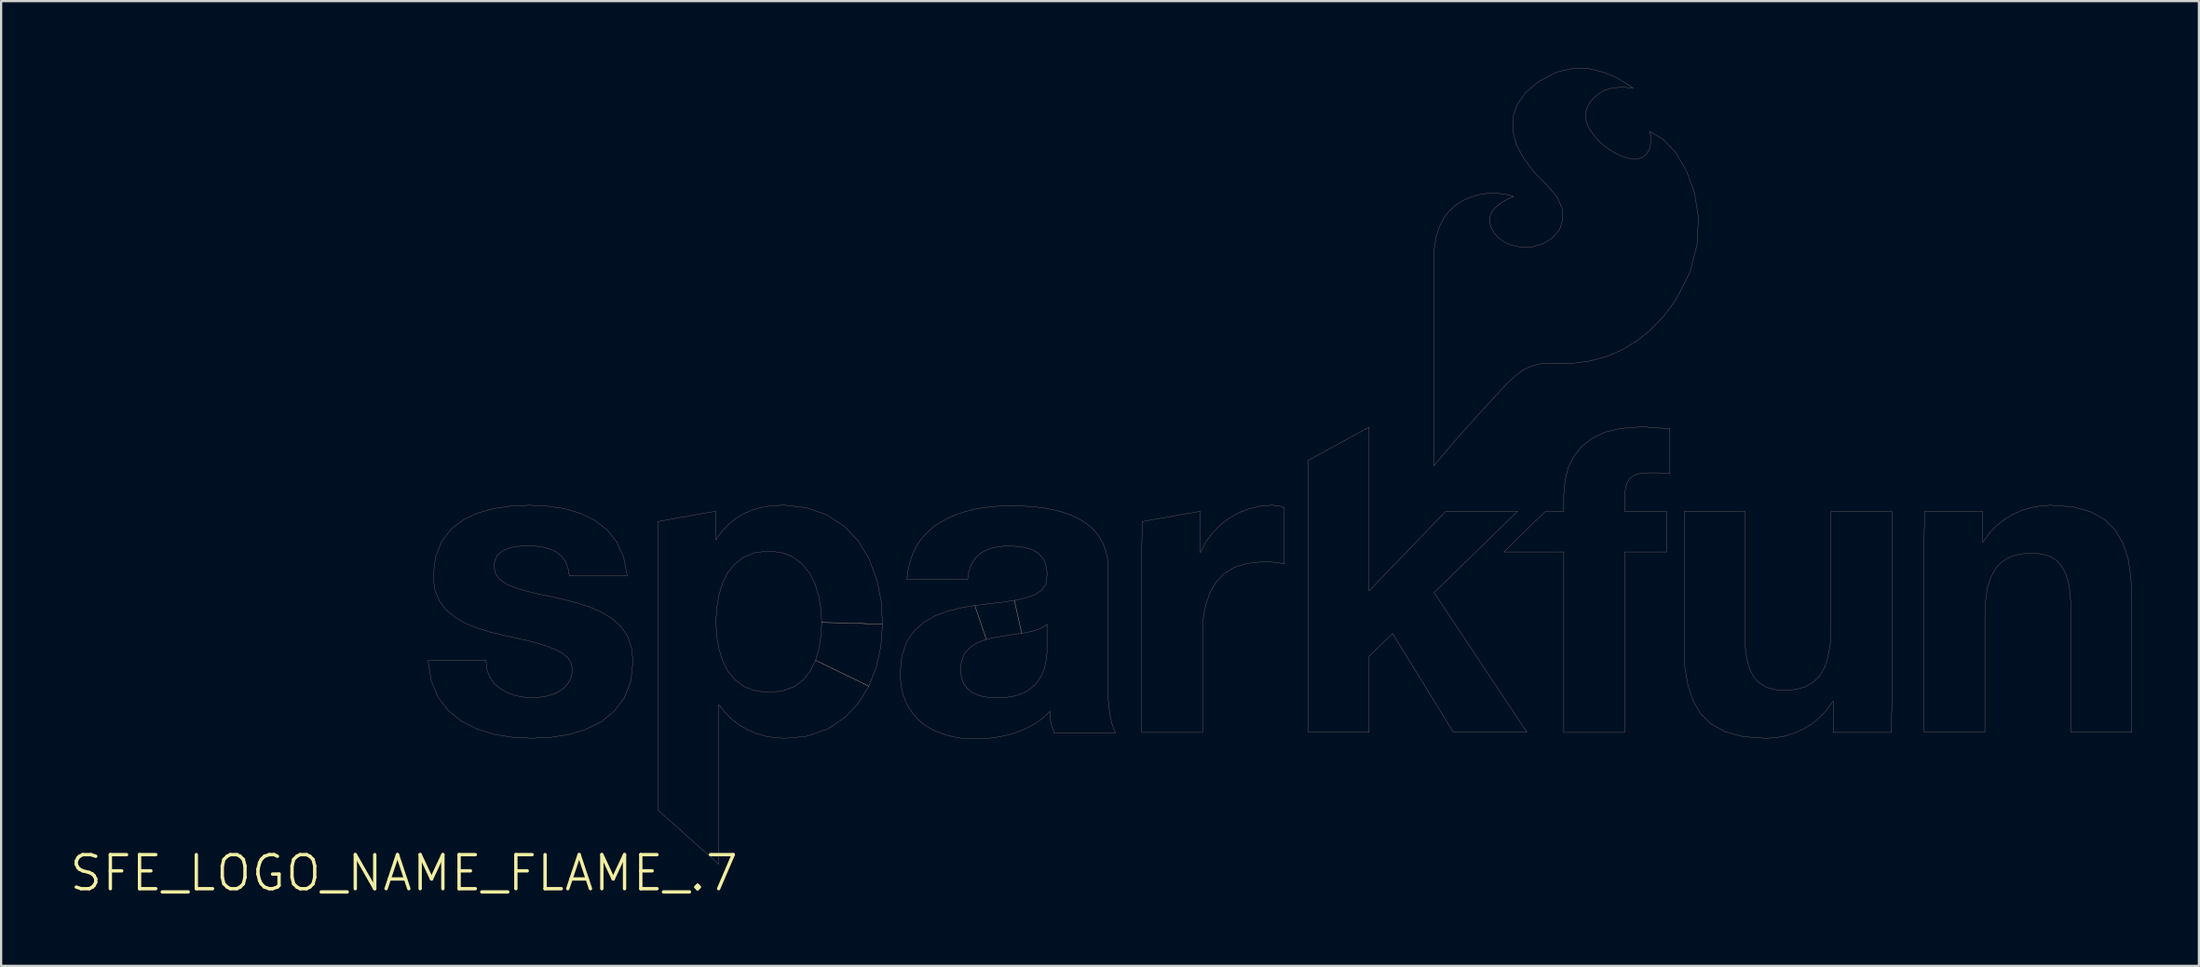
<source format=kicad_pcb>
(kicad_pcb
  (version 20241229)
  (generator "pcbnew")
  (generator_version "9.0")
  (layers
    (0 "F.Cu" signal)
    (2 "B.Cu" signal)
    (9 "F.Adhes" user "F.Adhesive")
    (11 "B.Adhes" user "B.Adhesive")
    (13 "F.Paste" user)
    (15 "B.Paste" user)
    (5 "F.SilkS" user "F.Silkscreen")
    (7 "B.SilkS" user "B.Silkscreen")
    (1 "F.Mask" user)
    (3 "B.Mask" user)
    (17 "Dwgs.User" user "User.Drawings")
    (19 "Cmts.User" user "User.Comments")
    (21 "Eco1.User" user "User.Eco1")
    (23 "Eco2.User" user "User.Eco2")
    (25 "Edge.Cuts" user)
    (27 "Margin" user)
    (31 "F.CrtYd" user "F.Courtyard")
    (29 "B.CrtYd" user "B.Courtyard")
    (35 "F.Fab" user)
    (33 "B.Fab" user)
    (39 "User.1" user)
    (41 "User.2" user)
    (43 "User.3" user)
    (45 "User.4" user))
  (footprint "SFE_LOGO_NAME_FLAME_.7"
    (layer "F.Cu")
    (at 15.022 36.041)
    (property "Reference" "SFE_LOGO_NAME_FLAME_.7" (at 0 0 0) (layer "F.SilkS") (effects (font (size 1.524 1.524) (thickness 0.15))))
    (attr exclude_from_pos_files exclude_from_bom)
    (fp_line (start 1.079 -9.52) (end 3.338 -9.52) (stroke (width 0.008) (type solid)) (layer "B.SilkS"))
    (fp_line (start 1.219 -8.618) (end 1.079 -9.52) (stroke (width 0.008) (type solid)) (layer "B.SilkS"))
    (fp_line (start 1.308 -13.289) (end 1.41 -14.148) (stroke (width 0.008) (type solid)) (layer "B.SilkS"))
    (fp_line (start 1.379 -12.69) (end 1.308 -13.289) (stroke (width 0.008) (type solid)) (layer "B.SilkS"))
    (fp_line (start 1.41 -14.148) (end 1.689 -14.849) (stroke (width 0.008) (type solid)) (layer "B.SilkS"))
    (fp_line (start 1.529 -7.869) (end 1.219 -8.618) (stroke (width 0.008) (type solid)) (layer "B.SilkS"))
    (fp_line (start 1.58 -12.189) (end 1.379 -12.69) (stroke (width 0.008) (type solid)) (layer "B.SilkS"))
    (fp_line (start 1.689 -14.849) (end 2.118 -15.408) (stroke (width 0.008) (type solid)) (layer "B.SilkS"))
    (fp_line (start 1.89 -11.778) (end 1.58 -12.189) (stroke (width 0.008) (type solid)) (layer "B.SilkS"))
    (fp_line (start 1.989 -7.269) (end 1.529 -7.869) (stroke (width 0.008) (type solid)) (layer "B.SilkS"))
    (fp_line (start 2.118 -15.408) (end 2.67 -15.829) (stroke (width 0.008) (type solid)) (layer "B.SilkS"))
    (fp_line (start 2.289 -11.448) (end 1.89 -11.778) (stroke (width 0.008) (type solid)) (layer "B.SilkS"))
    (fp_line (start 2.578 -6.8) (end 1.989 -7.269) (stroke (width 0.008) (type solid)) (layer "B.SilkS"))
    (fp_line (start 2.67 -15.829) (end 3.32 -16.129) (stroke (width 0.008) (type solid)) (layer "B.SilkS"))
    (fp_line (start 2.758 -11.179) (end 2.289 -11.448) (stroke (width 0.008) (type solid)) (layer "B.SilkS"))
    (fp_line (start 3.279 -6.449) (end 2.578 -6.8) (stroke (width 0.008) (type solid)) (layer "B.SilkS"))
    (fp_line (start 3.289 -10.968) (end 2.758 -11.179) (stroke (width 0.008) (type solid)) (layer "B.SilkS"))
    (fp_line (start 3.32 -16.129) (end 4.049 -16.33) (stroke (width 0.008) (type solid)) (layer "B.SilkS"))
    (fp_line (start 3.338 -9.52) (end 3.668 -9.52) (stroke (width 0.008) (type solid)) (layer "B.SilkS"))
    (fp_line (start 3.668 -9.52) (end 3.708 -9.108) (stroke (width 0.008) (type solid)) (layer "B.SilkS"))
    (fp_line (start 3.708 -9.108) (end 3.848 -8.768) (stroke (width 0.008) (type solid)) (layer "B.SilkS"))
    (fp_line (start 3.848 -8.768) (end 4.049 -8.479) (stroke (width 0.008) (type solid)) (layer "B.SilkS"))
    (fp_line (start 3.858 -10.79) (end 3.289 -10.968) (stroke (width 0.008) (type solid)) (layer "B.SilkS"))
    (fp_line (start 4.028 -13.729) (end 4.1 -13.399) (stroke (width 0.008) (type solid)) (layer "B.SilkS"))
    (fp_line (start 4.049 -16.33) (end 4.818 -16.439) (stroke (width 0.008) (type solid)) (layer "B.SilkS"))
    (fp_line (start 4.049 -8.479) (end 4.318 -8.25) (stroke (width 0.008) (type solid)) (layer "B.SilkS"))
    (fp_line (start 4.049 -6.208) (end 3.279 -6.449) (stroke (width 0.008) (type solid)) (layer "B.SilkS"))
    (fp_line (start 4.069 -14.008) (end 4.028 -13.729) (stroke (width 0.008) (type solid)) (layer "B.SilkS"))
    (fp_line (start 4.1 -13.399) (end 4.298 -13.139) (stroke (width 0.008) (type solid)) (layer "B.SilkS"))
    (fp_line (start 4.178 -14.219) (end 4.069 -14.008) (stroke (width 0.008) (type solid)) (layer "B.SilkS"))
    (fp_line (start 4.298 -13.139) (end 4.6 -12.929) (stroke (width 0.008) (type solid)) (layer "B.SilkS"))
    (fp_line (start 4.318 -8.25) (end 4.628 -8.08) (stroke (width 0.008) (type solid)) (layer "B.SilkS"))
    (fp_line (start 4.348 -14.379) (end 4.178 -14.219) (stroke (width 0.008) (type solid)) (layer "B.SilkS"))
    (fp_line (start 4.448 -10.648) (end 3.858 -10.79) (stroke (width 0.008) (type solid)) (layer "B.SilkS"))
    (fp_line (start 4.559 -14.498) (end 4.348 -14.379) (stroke (width 0.008) (type solid)) (layer "B.SilkS"))
    (fp_line (start 4.6 -12.929) (end 4.999 -12.769) (stroke (width 0.008) (type solid)) (layer "B.SilkS"))
    (fp_line (start 4.628 -8.08) (end 4.978 -7.948) (stroke (width 0.008) (type solid)) (layer "B.SilkS"))
    (fp_line (start 4.798 -14.58) (end 4.559 -14.498) (stroke (width 0.008) (type solid)) (layer "B.SilkS"))
    (fp_line (start 4.818 -16.439) (end 5.618 -16.469) (stroke (width 0.008) (type solid)) (layer "B.SilkS"))
    (fp_line (start 4.879 -6.078) (end 4.049 -6.208) (stroke (width 0.008) (type solid)) (layer "B.SilkS"))
    (fp_line (start 4.978 -7.948) (end 5.359 -7.879) (stroke (width 0.008) (type solid)) (layer "B.SilkS"))
    (fp_line (start 4.999 -12.769) (end 5.469 -12.629) (stroke (width 0.008) (type solid)) (layer "B.SilkS"))
    (fp_line (start 5.05 -14.618) (end 4.798 -14.58) (stroke (width 0.008) (type solid)) (layer "B.SilkS"))
    (fp_line (start 5.138 -10.498) (end 4.448 -10.648) (stroke (width 0.008) (type solid)) (layer "B.SilkS"))
    (fp_line (start 5.298 -14.648) (end 5.05 -14.618) (stroke (width 0.008) (type solid)) (layer "B.SilkS"))
    (fp_line (start 5.359 -7.879) (end 5.748 -7.859) (stroke (width 0.008) (type solid)) (layer "B.SilkS"))
    (fp_line (start 5.469 -12.629) (end 5.989 -12.499) (stroke (width 0.008) (type solid)) (layer "B.SilkS"))
    (fp_line (start 5.54 -14.648) (end 5.298 -14.648) (stroke (width 0.008) (type solid)) (layer "B.SilkS"))
    (fp_line (start 5.618 -16.469) (end 6.408 -16.429) (stroke (width 0.008) (type solid)) (layer "B.SilkS"))
    (fp_line (start 5.728 -6.038) (end 4.879 -6.078) (stroke (width 0.008) (type solid)) (layer "B.SilkS"))
    (fp_line (start 5.748 -10.358) (end 5.138 -10.498) (stroke (width 0.008) (type solid)) (layer "B.SilkS"))
    (fp_line (start 5.748 -7.859) (end 6.048 -7.869) (stroke (width 0.008) (type solid)) (layer "B.SilkS"))
    (fp_line (start 5.898 -14.638) (end 5.54 -14.648) (stroke (width 0.008) (type solid)) (layer "B.SilkS"))
    (fp_line (start 5.989 -12.499) (end 6.538 -12.388) (stroke (width 0.008) (type solid)) (layer "B.SilkS"))
    (fp_line (start 6.048 -7.869) (end 6.358 -7.92) (stroke (width 0.008) (type solid)) (layer "B.SilkS"))
    (fp_line (start 6.238 -14.59) (end 5.898 -14.638) (stroke (width 0.008) (type solid)) (layer "B.SilkS"))
    (fp_line (start 6.279 -10.198) (end 5.748 -10.358) (stroke (width 0.008) (type solid)) (layer "B.SilkS"))
    (fp_line (start 6.358 -7.92) (end 6.65 -7.998) (stroke (width 0.008) (type solid)) (layer "B.SilkS"))
    (fp_line (start 6.408 -16.429) (end 7.178 -16.32) (stroke (width 0.008) (type solid)) (layer "B.SilkS"))
    (fp_line (start 6.538 -14.508) (end 6.238 -14.59) (stroke (width 0.008) (type solid)) (layer "B.SilkS"))
    (fp_line (start 6.538 -12.388) (end 7.109 -12.258) (stroke (width 0.008) (type solid)) (layer "B.SilkS"))
    (fp_line (start 6.568 -6.078) (end 5.728 -6.038) (stroke (width 0.008) (type solid)) (layer "B.SilkS"))
    (fp_line (start 6.65 -7.998) (end 6.929 -8.128) (stroke (width 0.008) (type solid)) (layer "B.SilkS"))
    (fp_line (start 6.718 -10.038) (end 6.279 -10.198) (stroke (width 0.008) (type solid)) (layer "B.SilkS"))
    (fp_line (start 6.81 -14.379) (end 6.538 -14.508) (stroke (width 0.008) (type solid)) (layer "B.SilkS"))
    (fp_line (start 6.929 -8.128) (end 7.168 -8.298) (stroke (width 0.008) (type solid)) (layer "B.SilkS"))
    (fp_line (start 7.038 -14.199) (end 6.81 -14.379) (stroke (width 0.008) (type solid)) (layer "B.SilkS"))
    (fp_line (start 7.069 -9.858) (end 6.718 -10.038) (stroke (width 0.008) (type solid)) (layer "B.SilkS"))
    (fp_line (start 7.109 -12.258) (end 7.709 -12.108) (stroke (width 0.008) (type solid)) (layer "B.SilkS"))
    (fp_line (start 7.168 -8.298) (end 7.358 -8.519) (stroke (width 0.008) (type solid)) (layer "B.SilkS"))
    (fp_line (start 7.178 -16.32) (end 7.889 -16.109) (stroke (width 0.008) (type solid)) (layer "B.SilkS"))
    (fp_line (start 7.219 -13.96) (end 7.038 -14.199) (stroke (width 0.008) (type solid)) (layer "B.SilkS"))
    (fp_line (start 7.328 -9.649) (end 7.069 -9.858) (stroke (width 0.008) (type solid)) (layer "B.SilkS"))
    (fp_line (start 7.338 -13.668) (end 7.219 -13.96) (stroke (width 0.008) (type solid)) (layer "B.SilkS"))
    (fp_line (start 7.358 -8.519) (end 7.488 -8.788) (stroke (width 0.008) (type solid)) (layer "B.SilkS"))
    (fp_line (start 7.379 -6.208) (end 6.568 -6.078) (stroke (width 0.008) (type solid)) (layer "B.SilkS"))
    (fp_line (start 7.399 -13.31) (end 7.338 -13.668) (stroke (width 0.008) (type solid)) (layer "B.SilkS"))
    (fp_line (start 7.478 -9.398) (end 7.328 -9.649) (stroke (width 0.008) (type solid)) (layer "B.SilkS"))
    (fp_line (start 7.488 -8.788) (end 7.539 -9.119) (stroke (width 0.008) (type solid)) (layer "B.SilkS"))
    (fp_line (start 7.539 -9.119) (end 7.478 -9.398) (stroke (width 0.008) (type solid)) (layer "B.SilkS"))
    (fp_line (start 7.709 -12.108) (end 8.268 -11.928) (stroke (width 0.008) (type solid)) (layer "B.SilkS"))
    (fp_line (start 7.889 -16.109) (end 8.529 -15.799) (stroke (width 0.008) (type solid)) (layer "B.SilkS"))
    (fp_line (start 8.148 -6.439) (end 7.379 -6.208) (stroke (width 0.008) (type solid)) (layer "B.SilkS"))
    (fp_line (start 8.268 -11.928) (end 8.809 -11.699) (stroke (width 0.008) (type solid)) (layer "B.SilkS"))
    (fp_line (start 8.529 -15.799) (end 9.078 -15.38) (stroke (width 0.008) (type solid)) (layer "B.SilkS"))
    (fp_line (start 8.809 -11.699) (end 9.279 -11.42) (stroke (width 0.008) (type solid)) (layer "B.SilkS"))
    (fp_line (start 8.829 -6.779) (end 8.148 -6.439) (stroke (width 0.008) (type solid)) (layer "B.SilkS"))
    (fp_line (start 9.078 -15.38) (end 9.52 -14.829) (stroke (width 0.008) (type solid)) (layer "B.SilkS"))
    (fp_line (start 9.279 -11.42) (end 9.68 -11.069) (stroke (width 0.008) (type solid)) (layer "B.SilkS"))
    (fp_line (start 9.408 -7.249) (end 8.829 -6.779) (stroke (width 0.008) (type solid)) (layer "B.SilkS"))
    (fp_line (start 9.52 -14.829) (end 9.83 -14.138) (stroke (width 0.008) (type solid)) (layer "B.SilkS"))
    (fp_line (start 9.68 -11.069) (end 9.99 -10.638) (stroke (width 0.008) (type solid)) (layer "B.SilkS"))
    (fp_line (start 9.83 -14.138) (end 9.99 -13.31) (stroke (width 0.008) (type solid)) (layer "B.SilkS"))
    (fp_line (start 9.858 -7.849) (end 9.408 -7.249) (stroke (width 0.008) (type solid)) (layer "B.SilkS"))
    (fp_line (start 9.99 -13.31) (end 7.399 -13.31) (stroke (width 0.008) (type solid)) (layer "B.SilkS"))
    (fp_line (start 9.99 -10.638) (end 10.178 -10.109) (stroke (width 0.008) (type solid)) (layer "B.SilkS"))
    (fp_line (start 10.15 -8.588) (end 9.858 -7.849) (stroke (width 0.008) (type solid)) (layer "B.SilkS"))
    (fp_line (start 10.178 -10.109) (end 10.249 -9.479) (stroke (width 0.008) (type solid)) (layer "B.SilkS"))
    (fp_line (start 10.249 -9.479) (end 10.15 -8.588) (stroke (width 0.008) (type solid)) (layer "B.SilkS"))
    (fp_line (start 11.359 -15.738) (end 11.689 -15.799) (stroke (width 0.008) (type solid)) (layer "B.SilkS"))
    (fp_line (start 11.359 -2.819) (end 11.359 -15.738) (stroke (width 0.008) (type solid)) (layer "B.SilkS"))
    (fp_line (start 11.689 -15.799) (end 12.009 -15.86) (stroke (width 0.008) (type solid)) (layer "B.SilkS"))
    (fp_line (start 11.699 -2.52) (end 11.359 -2.819) (stroke (width 0.008) (type solid)) (layer "B.SilkS"))
    (fp_line (start 12.009 -15.86) (end 12.329 -15.918) (stroke (width 0.008) (type solid)) (layer "B.SilkS"))
    (fp_line (start 12.04 -2.22) (end 11.699 -2.52) (stroke (width 0.008) (type solid)) (layer "B.SilkS"))
    (fp_line (start 12.329 -15.918) (end 12.659 -15.969) (stroke (width 0.008) (type solid)) (layer "B.SilkS"))
    (fp_line (start 12.38 -1.918) (end 12.04 -2.22) (stroke (width 0.008) (type solid)) (layer "B.SilkS"))
    (fp_line (start 12.659 -15.969) (end 12.979 -16.03) (stroke (width 0.008) (type solid)) (layer "B.SilkS"))
    (fp_line (start 12.718 -1.608) (end 12.38 -1.918) (stroke (width 0.008) (type solid)) (layer "B.SilkS"))
    (fp_line (start 12.979 -16.03) (end 13.299 -16.088) (stroke (width 0.008) (type solid)) (layer "B.SilkS"))
    (fp_line (start 13.058 -1.308) (end 12.718 -1.608) (stroke (width 0.008) (type solid)) (layer "B.SilkS"))
    (fp_line (start 13.299 -16.088) (end 13.63 -16.149) (stroke (width 0.008) (type solid)) (layer "B.SilkS"))
    (fp_line (start 13.399 -1.008) (end 13.058 -1.308) (stroke (width 0.008) (type solid)) (layer "B.SilkS"))
    (fp_line (start 13.63 -16.149) (end 13.95 -16.198) (stroke (width 0.008) (type solid)) (layer "B.SilkS"))
    (fp_line (start 13.739 -0.709) (end 13.399 -1.008) (stroke (width 0.008) (type solid)) (layer "B.SilkS"))
    (fp_line (start 13.95 -16.198) (end 13.95 -14.938) (stroke (width 0.008) (type solid)) (layer "B.SilkS"))
    (fp_line (start 13.95 -14.938) (end 13.97 -14.938) (stroke (width 0.008) (type solid)) (layer "B.SilkS"))
    (fp_line (start 13.96 -11.229) (end 13.988 -10.63) (stroke (width 0.008) (type solid)) (layer "B.SilkS"))
    (fp_line (start 13.97 -14.938) (end 14.229 -15.309) (stroke (width 0.008) (type solid)) (layer "B.SilkS"))
    (fp_line (start 13.988 -11.819) (end 13.96 -11.229) (stroke (width 0.008) (type solid)) (layer "B.SilkS"))
    (fp_line (start 13.988 -10.63) (end 14.089 -10.058) (stroke (width 0.008) (type solid)) (layer "B.SilkS"))
    (fp_line (start 14.079 -12.398) (end 13.988 -11.819) (stroke (width 0.008) (type solid)) (layer "B.SilkS"))
    (fp_line (start 14.079 -7.529) (end 14.079 -0.399) (stroke (width 0.008) (type solid)) (layer "B.SilkS"))
    (fp_line (start 14.079 -0.399) (end 13.739 -0.709) (stroke (width 0.008) (type solid)) (layer "B.SilkS"))
    (fp_line (start 14.089 -10.058) (end 14.249 -9.528) (stroke (width 0.008) (type solid)) (layer "B.SilkS"))
    (fp_line (start 14.1 -7.529) (end 14.079 -7.529) (stroke (width 0.008) (type solid)) (layer "B.SilkS"))
    (fp_line (start 14.229 -15.309) (end 14.539 -15.629) (stroke (width 0.008) (type solid)) (layer "B.SilkS"))
    (fp_line (start 14.239 -12.939) (end 14.079 -12.398) (stroke (width 0.008) (type solid)) (layer "B.SilkS"))
    (fp_line (start 14.249 -9.528) (end 14.488 -9.047) (stroke (width 0.008) (type solid)) (layer "B.SilkS"))
    (fp_line (start 14.369 -7.188) (end 14.1 -7.529) (stroke (width 0.008) (type solid)) (layer "B.SilkS"))
    (fp_line (start 14.468 -13.429) (end 14.239 -12.939) (stroke (width 0.008) (type solid)) (layer "B.SilkS"))
    (fp_line (start 14.488 -9.047) (end 14.808 -8.659) (stroke (width 0.008) (type solid)) (layer "B.SilkS"))
    (fp_line (start 14.539 -15.629) (end 14.869 -15.898) (stroke (width 0.008) (type solid)) (layer "B.SilkS"))
    (fp_line (start 14.668 -6.888) (end 14.369 -7.188) (stroke (width 0.008) (type solid)) (layer "B.SilkS"))
    (fp_line (start 14.788 -13.828) (end 14.468 -13.429) (stroke (width 0.008) (type solid)) (layer "B.SilkS"))
    (fp_line (start 14.808 -8.659) (end 15.22 -8.349) (stroke (width 0.008) (type solid)) (layer "B.SilkS"))
    (fp_line (start 14.869 -15.898) (end 15.23 -16.109) (stroke (width 0.008) (type solid)) (layer "B.SilkS"))
    (fp_line (start 15.009 -6.629) (end 14.668 -6.888) (stroke (width 0.008) (type solid)) (layer "B.SilkS"))
    (fp_line (start 15.199 -14.148) (end 14.788 -13.828) (stroke (width 0.008) (type solid)) (layer "B.SilkS"))
    (fp_line (start 15.22 -8.349) (end 15.728 -8.158) (stroke (width 0.008) (type solid)) (layer "B.SilkS"))
    (fp_line (start 15.23 -16.109) (end 15.618 -16.269) (stroke (width 0.008) (type solid)) (layer "B.SilkS"))
    (fp_line (start 15.38 -6.419) (end 15.009 -6.629) (stroke (width 0.008) (type solid)) (layer "B.SilkS"))
    (fp_line (start 15.618 -16.269) (end 16.03 -16.378) (stroke (width 0.008) (type solid)) (layer "B.SilkS"))
    (fp_line (start 15.71 -14.348) (end 15.199 -14.148) (stroke (width 0.008) (type solid)) (layer "B.SilkS"))
    (fp_line (start 15.728 -8.158) (end 16.34 -8.09) (stroke (width 0.008) (type solid)) (layer "B.SilkS"))
    (fp_line (start 15.768 -6.248) (end 15.38 -6.419) (stroke (width 0.008) (type solid)) (layer "B.SilkS"))
    (fp_line (start 16.03 -16.378) (end 16.459 -16.449) (stroke (width 0.008) (type solid)) (layer "B.SilkS"))
    (fp_line (start 16.19 -6.129) (end 15.768 -6.248) (stroke (width 0.008) (type solid)) (layer "B.SilkS"))
    (fp_line (start 16.32 -14.42) (end 15.71 -14.348) (stroke (width 0.008) (type solid)) (layer "B.SilkS"))
    (fp_line (start 16.34 -8.09) (end 16.949 -8.158) (stroke (width 0.008) (type solid)) (layer "B.SilkS"))
    (fp_line (start 16.459 -16.449) (end 16.909 -16.469) (stroke (width 0.008) (type solid)) (layer "B.SilkS"))
    (fp_line (start 16.619 -6.058) (end 16.19 -6.129) (stroke (width 0.008) (type solid)) (layer "B.SilkS"))
    (fp_line (start 16.909 -16.469) (end 17.059 -16.469) (stroke (width 0.008) (type solid)) (layer "B.SilkS"))
    (fp_line (start 16.919 -14.348) (end 16.32 -14.42) (stroke (width 0.008) (type solid)) (layer "B.SilkS"))
    (fp_line (start 16.949 -8.158) (end 17.46 -8.349) (stroke (width 0.008) (type solid)) (layer "B.SilkS"))
    (fp_line (start 17.059 -16.469) (end 17.998 -16.358) (stroke (width 0.008) (type solid)) (layer "B.SilkS"))
    (fp_line (start 17.059 -6.038) (end 16.619 -6.058) (stroke (width 0.008) (type solid)) (layer "B.SilkS"))
    (fp_line (start 17.419 -14.148) (end 16.919 -14.348) (stroke (width 0.008) (type solid)) (layer "B.SilkS"))
    (fp_line (start 17.46 -8.349) (end 17.869 -8.659) (stroke (width 0.008) (type solid)) (layer "B.SilkS"))
    (fp_line (start 17.828 -13.828) (end 17.419 -14.148) (stroke (width 0.008) (type solid)) (layer "B.SilkS"))
    (fp_line (start 17.869 -8.659) (end 18.179 -9.047) (stroke (width 0.008) (type solid)) (layer "B.SilkS"))
    (fp_line (start 17.968 -6.119) (end 17.059 -6.038) (stroke (width 0.008) (type solid)) (layer "B.SilkS"))
    (fp_line (start 17.998 -16.358) (end 18.918 -16.038) (stroke (width 0.008) (type solid)) (layer "B.SilkS"))
    (fp_line (start 18.09 -6.149) (end 17.968 -6.119) (stroke (width 0.008) (type solid)) (layer "B.SilkS"))
    (fp_line (start 18.158 -13.419) (end 17.828 -13.828) (stroke (width 0.008) (type solid)) (layer "B.SilkS"))
    (fp_line (start 18.179 -9.047) (end 18.418 -9.528) (stroke (width 0.008) (type solid)) (layer "B.SilkS"))
    (fp_line (start 18.4 -12.929) (end 18.158 -13.419) (stroke (width 0.008) (type solid)) (layer "B.SilkS"))
    (fp_line (start 18.418 -9.528) (end 18.57 -10.058) (stroke (width 0.008) (type solid)) (layer "B.SilkS"))
    (fp_line (start 18.418 -9.528) (end 20.798 -8.369) (stroke (width 0.008) (type solid)) (layer "B.SilkS"))
    (fp_line (start 18.56 -12.388) (end 18.4 -12.929) (stroke (width 0.008) (type solid)) (layer "B.SilkS"))
    (fp_line (start 18.57 -10.058) (end 18.659 -10.63) (stroke (width 0.008) (type solid)) (layer "B.SilkS"))
    (fp_line (start 18.659 -11.819) (end 18.56 -12.388) (stroke (width 0.008) (type solid)) (layer "B.SilkS"))
    (fp_line (start 18.659 -10.63) (end 18.689 -11.229) (stroke (width 0.008) (type solid)) (layer "B.SilkS"))
    (fp_line (start 18.689 -11.229) (end 21.41 -11.148) (stroke (width 0.008) (type solid)) (layer "B.SilkS"))
    (fp_line (start 18.689 -11.219) (end 18.659 -11.819) (stroke (width 0.008) (type solid)) (layer "B.SilkS"))
    (fp_line (start 18.918 -16.038) (end 19.698 -15.53) (stroke (width 0.008) (type solid)) (layer "B.SilkS"))
    (fp_line (start 18.969 -6.459) (end 18.09 -6.149) (stroke (width 0.008) (type solid)) (layer "B.SilkS"))
    (fp_line (start 19.698 -15.53) (end 20.328 -14.869) (stroke (width 0.008) (type solid)) (layer "B.SilkS"))
    (fp_line (start 19.718 -6.96) (end 18.969 -6.459) (stroke (width 0.008) (type solid)) (layer "B.SilkS"))
    (fp_line (start 20.328 -14.869) (end 20.808 -14.069) (stroke (width 0.008) (type solid)) (layer "B.SilkS"))
    (fp_line (start 20.328 -7.6) (end 19.718 -6.96) (stroke (width 0.008) (type solid)) (layer "B.SilkS"))
    (fp_line (start 20.798 -8.369) (end 18.418 -9.528) (stroke (width 0.008) (type solid)) (layer "B.SilkS"))
    (fp_line (start 20.798 -8.369) (end 20.328 -7.6) (stroke (width 0.008) (type solid)) (layer "B.SilkS"))
    (fp_line (start 20.808 -14.069) (end 21.138 -13.17) (stroke (width 0.008) (type solid)) (layer "B.SilkS"))
    (fp_line (start 21.138 -13.17) (end 21.179 -13.048) (stroke (width 0.008) (type solid)) (layer "B.SilkS"))
    (fp_line (start 21.138 -9.238) (end 20.798 -8.369) (stroke (width 0.008) (type solid)) (layer "B.SilkS"))
    (fp_line (start 21.179 -13.048) (end 21.349 -12.189) (stroke (width 0.008) (type solid)) (layer "B.SilkS"))
    (fp_line (start 21.339 -10.168) (end 21.138 -9.238) (stroke (width 0.008) (type solid)) (layer "B.SilkS"))
    (fp_line (start 21.349 -12.189) (end 21.359 -12.06) (stroke (width 0.008) (type solid)) (layer "B.SilkS"))
    (fp_line (start 21.359 -12.06) (end 21.41 -11.148) (stroke (width 0.008) (type solid)) (layer "B.SilkS"))
    (fp_line (start 21.41 -11.148) (end 18.689 -11.219) (stroke (width 0.008) (type solid)) (layer "B.SilkS"))
    (fp_line (start 21.41 -11.148) (end 21.339 -10.168) (stroke (width 0.008) (type solid)) (layer "B.SilkS"))
    (fp_line (start 22.2 -8.979) (end 22.278 -9.738) (stroke (width 0.008) (type solid)) (layer "B.SilkS"))
    (fp_line (start 22.22 -8.608) (end 22.2 -8.979) (stroke (width 0.008) (type solid)) (layer "B.SilkS"))
    (fp_line (start 22.268 -8.258) (end 22.22 -8.608) (stroke (width 0.008) (type solid)) (layer "B.SilkS"))
    (fp_line (start 22.278 -9.738) (end 22.489 -10.358) (stroke (width 0.008) (type solid)) (layer "B.SilkS"))
    (fp_line (start 22.349 -7.948) (end 22.268 -8.258) (stroke (width 0.008) (type solid)) (layer "B.SilkS"))
    (fp_line (start 22.459 -7.648) (end 22.349 -7.948) (stroke (width 0.008) (type solid)) (layer "B.SilkS"))
    (fp_line (start 22.489 -10.358) (end 22.83 -10.848) (stroke (width 0.008) (type solid)) (layer "B.SilkS"))
    (fp_line (start 22.499 -13.139) (end 22.558 -13.589) (stroke (width 0.008) (type solid)) (layer "B.SilkS"))
    (fp_line (start 22.558 -13.589) (end 22.659 -14.008) (stroke (width 0.008) (type solid)) (layer "B.SilkS"))
    (fp_line (start 22.598 -7.389) (end 22.459 -7.648) (stroke (width 0.008) (type solid)) (layer "B.SilkS"))
    (fp_line (start 22.659 -14.008) (end 22.799 -14.379) (stroke (width 0.008) (type solid)) (layer "B.SilkS"))
    (fp_line (start 22.769 -7.14) (end 22.598 -7.389) (stroke (width 0.008) (type solid)) (layer "B.SilkS"))
    (fp_line (start 22.799 -14.379) (end 22.979 -14.719) (stroke (width 0.008) (type solid)) (layer "B.SilkS"))
    (fp_line (start 22.83 -10.848) (end 23.259 -11.229) (stroke (width 0.008) (type solid)) (layer "B.SilkS"))
    (fp_line (start 22.959 -6.919) (end 22.769 -7.14) (stroke (width 0.008) (type solid)) (layer "B.SilkS"))
    (fp_line (start 22.979 -14.719) (end 23.198 -15.029) (stroke (width 0.008) (type solid)) (layer "B.SilkS"))
    (fp_line (start 23.17 -6.728) (end 22.959 -6.919) (stroke (width 0.008) (type solid)) (layer "B.SilkS"))
    (fp_line (start 23.198 -15.029) (end 23.459 -15.298) (stroke (width 0.008) (type solid)) (layer "B.SilkS"))
    (fp_line (start 23.259 -11.229) (end 23.759 -11.519) (stroke (width 0.008) (type solid)) (layer "B.SilkS"))
    (fp_line (start 23.409 -6.558) (end 23.17 -6.728) (stroke (width 0.008) (type solid)) (layer "B.SilkS"))
    (fp_line (start 23.459 -15.298) (end 23.739 -15.54) (stroke (width 0.008) (type solid)) (layer "B.SilkS"))
    (fp_line (start 23.668 -6.408) (end 23.409 -6.558) (stroke (width 0.008) (type solid)) (layer "B.SilkS"))
    (fp_line (start 23.739 -15.54) (end 24.049 -15.738) (stroke (width 0.008) (type solid)) (layer "B.SilkS"))
    (fp_line (start 23.759 -11.519) (end 24.328 -11.73) (stroke (width 0.008) (type solid)) (layer "B.SilkS"))
    (fp_line (start 23.95 -6.289) (end 23.668 -6.408) (stroke (width 0.008) (type solid)) (layer "B.SilkS"))
    (fp_line (start 24.049 -15.738) (end 24.389 -15.918) (stroke (width 0.008) (type solid)) (layer "B.SilkS"))
    (fp_line (start 24.239 -6.19) (end 23.95 -6.289) (stroke (width 0.008) (type solid)) (layer "B.SilkS"))
    (fp_line (start 24.328 -11.73) (end 24.928 -11.88) (stroke (width 0.008) (type solid)) (layer "B.SilkS"))
    (fp_line (start 24.389 -15.918) (end 24.75 -16.068) (stroke (width 0.008) (type solid)) (layer "B.SilkS"))
    (fp_line (start 24.549 -6.109) (end 24.239 -6.19) (stroke (width 0.008) (type solid)) (layer "B.SilkS"))
    (fp_line (start 24.75 -16.068) (end 25.118 -16.19) (stroke (width 0.008) (type solid)) (layer "B.SilkS"))
    (fp_line (start 24.879 -6.048) (end 24.549 -6.109) (stroke (width 0.008) (type solid)) (layer "B.SilkS"))
    (fp_line (start 24.91 -9.108) (end 24.92 -8.928) (stroke (width 0.008) (type solid)) (layer "B.SilkS"))
    (fp_line (start 24.92 -9.289) (end 24.91 -9.108) (stroke (width 0.008) (type solid)) (layer "B.SilkS"))
    (fp_line (start 24.92 -8.928) (end 24.938 -8.768) (stroke (width 0.008) (type solid)) (layer "B.SilkS"))
    (fp_line (start 24.928 -11.88) (end 25.54 -11.979) (stroke (width 0.008) (type solid)) (layer "B.SilkS"))
    (fp_line (start 24.938 -9.449) (end 24.92 -9.289) (stroke (width 0.008) (type solid)) (layer "B.SilkS"))
    (fp_line (start 24.938 -8.768) (end 24.989 -8.618) (stroke (width 0.008) (type solid)) (layer "B.SilkS"))
    (fp_line (start 24.989 -9.599) (end 24.938 -9.449) (stroke (width 0.008) (type solid)) (layer "B.SilkS"))
    (fp_line (start 24.989 -8.618) (end 25.039 -8.489) (stroke (width 0.008) (type solid)) (layer "B.SilkS"))
    (fp_line (start 25.039 -9.738) (end 24.989 -9.599) (stroke (width 0.008) (type solid)) (layer "B.SilkS"))
    (fp_line (start 25.039 -8.489) (end 25.118 -8.379) (stroke (width 0.008) (type solid)) (layer "B.SilkS"))
    (fp_line (start 25.108 -9.858) (end 25.039 -9.738) (stroke (width 0.008) (type solid)) (layer "B.SilkS"))
    (fp_line (start 25.118 -16.19) (end 25.509 -16.289) (stroke (width 0.008) (type solid)) (layer "B.SilkS"))
    (fp_line (start 25.118 -8.379) (end 25.199 -8.268) (stroke (width 0.008) (type solid)) (layer "B.SilkS"))
    (fp_line (start 25.199 -9.97) (end 25.108 -9.858) (stroke (width 0.008) (type solid)) (layer "B.SilkS"))
    (fp_line (start 25.199 -8.268) (end 25.298 -8.179) (stroke (width 0.008) (type solid)) (layer "B.SilkS"))
    (fp_line (start 25.22 -13.139) (end 22.499 -13.139) (stroke (width 0.008) (type solid)) (layer "B.SilkS"))
    (fp_line (start 25.22 -6.02) (end 24.879 -6.048) (stroke (width 0.008) (type solid)) (layer "B.SilkS"))
    (fp_line (start 25.24 -13.33) (end 25.22 -13.139) (stroke (width 0.008) (type solid)) (layer "B.SilkS"))
    (fp_line (start 25.278 -13.508) (end 25.24 -13.33) (stroke (width 0.008) (type solid)) (layer "B.SilkS"))
    (fp_line (start 25.288 -10.069) (end 25.199 -9.97) (stroke (width 0.008) (type solid)) (layer "B.SilkS"))
    (fp_line (start 25.298 -8.179) (end 25.408 -8.098) (stroke (width 0.008) (type solid)) (layer "B.SilkS"))
    (fp_line (start 25.329 -13.678) (end 25.278 -13.508) (stroke (width 0.008) (type solid)) (layer "B.SilkS"))
    (fp_line (start 25.39 -13.828) (end 25.329 -13.678) (stroke (width 0.008) (type solid)) (layer "B.SilkS"))
    (fp_line (start 25.4 -10.15) (end 25.288 -10.069) (stroke (width 0.008) (type solid)) (layer "B.SilkS"))
    (fp_line (start 25.408 -8.098) (end 25.53 -8.039) (stroke (width 0.008) (type solid)) (layer "B.SilkS"))
    (fp_line (start 25.469 -13.96) (end 25.39 -13.828) (stroke (width 0.008) (type solid)) (layer "B.SilkS"))
    (fp_line (start 25.509 -16.289) (end 25.908 -16.358) (stroke (width 0.008) (type solid)) (layer "B.SilkS"))
    (fp_line (start 25.509 -10.229) (end 25.4 -10.15) (stroke (width 0.008) (type solid)) (layer "B.SilkS"))
    (fp_line (start 25.53 -8.039) (end 25.659 -7.978) (stroke (width 0.008) (type solid)) (layer "B.SilkS"))
    (fp_line (start 25.54 -11.979) (end 26.058 -10.46) (stroke (width 0.008) (type solid)) (layer "B.SilkS"))
    (fp_line (start 25.54 -11.979) (end 26.159 -12.06) (stroke (width 0.008) (type solid)) (layer "B.SilkS"))
    (fp_line (start 25.55 -14.079) (end 25.469 -13.96) (stroke (width 0.008) (type solid)) (layer "B.SilkS"))
    (fp_line (start 25.568 -6.01) (end 25.22 -6.02) (stroke (width 0.008) (type solid)) (layer "B.SilkS"))
    (fp_line (start 25.639 -10.3) (end 25.509 -10.229) (stroke (width 0.008) (type solid)) (layer "B.SilkS"))
    (fp_line (start 25.649 -14.188) (end 25.55 -14.079) (stroke (width 0.008) (type solid)) (layer "B.SilkS"))
    (fp_line (start 25.659 -7.978) (end 25.799 -7.938) (stroke (width 0.008) (type solid)) (layer "B.SilkS"))
    (fp_line (start 25.758 -14.287) (end 25.649 -14.188) (stroke (width 0.008) (type solid)) (layer "B.SilkS"))
    (fp_line (start 25.768 -10.358) (end 25.639 -10.3) (stroke (width 0.008) (type solid)) (layer "B.SilkS"))
    (fp_line (start 25.799 -7.938) (end 25.938 -7.899) (stroke (width 0.008) (type solid)) (layer "B.SilkS"))
    (fp_line (start 25.799 -6.01) (end 25.568 -6.01) (stroke (width 0.008) (type solid)) (layer "B.SilkS"))
    (fp_line (start 25.878 -14.369) (end 25.758 -14.287) (stroke (width 0.008) (type solid)) (layer "B.SilkS"))
    (fp_line (start 25.908 -16.358) (end 26.319 -16.408) (stroke (width 0.008) (type solid)) (layer "B.SilkS"))
    (fp_line (start 25.908 -10.419) (end 25.768 -10.358) (stroke (width 0.008) (type solid)) (layer "B.SilkS"))
    (fp_line (start 25.938 -7.899) (end 26.088 -7.879) (stroke (width 0.008) (type solid)) (layer "B.SilkS"))
    (fp_line (start 26.01 -14.44) (end 25.878 -14.369) (stroke (width 0.008) (type solid)) (layer "B.SilkS"))
    (fp_line (start 26.03 -6.03) (end 25.799 -6.01) (stroke (width 0.008) (type solid)) (layer "B.SilkS"))
    (fp_line (start 26.058 -10.46) (end 25.54 -11.979) (stroke (width 0.008) (type solid)) (layer "B.SilkS"))
    (fp_line (start 26.058 -10.46) (end 25.908 -10.419) (stroke (width 0.008) (type solid)) (layer "B.SilkS"))
    (fp_line (start 26.088 -7.879) (end 26.248 -7.859) (stroke (width 0.008) (type solid)) (layer "B.SilkS"))
    (fp_line (start 26.149 -14.498) (end 26.01 -14.44) (stroke (width 0.008) (type solid)) (layer "B.SilkS"))
    (fp_line (start 26.159 -12.06) (end 26.759 -12.129) (stroke (width 0.008) (type solid)) (layer "B.SilkS"))
    (fp_line (start 26.208 -10.498) (end 26.058 -10.46) (stroke (width 0.008) (type solid)) (layer "B.SilkS"))
    (fp_line (start 26.248 -7.859) (end 26.408 -7.849) (stroke (width 0.008) (type solid)) (layer "B.SilkS"))
    (fp_line (start 26.259 -6.048) (end 26.03 -6.03) (stroke (width 0.008) (type solid)) (layer "B.SilkS"))
    (fp_line (start 26.309 -14.549) (end 26.149 -14.498) (stroke (width 0.008) (type solid)) (layer "B.SilkS"))
    (fp_line (start 26.319 -16.408) (end 26.739 -16.439) (stroke (width 0.008) (type solid)) (layer "B.SilkS"))
    (fp_line (start 26.358 -10.538) (end 26.208 -10.498) (stroke (width 0.008) (type solid)) (layer "B.SilkS"))
    (fp_line (start 26.408 -7.849) (end 26.579 -7.849) (stroke (width 0.008) (type solid)) (layer "B.SilkS"))
    (fp_line (start 26.469 -14.59) (end 26.309 -14.549) (stroke (width 0.008) (type solid)) (layer "B.SilkS"))
    (fp_line (start 26.48 -6.078) (end 26.259 -6.048) (stroke (width 0.008) (type solid)) (layer "B.SilkS"))
    (fp_line (start 26.518 -10.569) (end 26.358 -10.538) (stroke (width 0.008) (type solid)) (layer "B.SilkS"))
    (fp_line (start 26.579 -7.849) (end 26.949 -7.869) (stroke (width 0.008) (type solid)) (layer "B.SilkS"))
    (fp_line (start 26.64 -14.618) (end 26.469 -14.59) (stroke (width 0.008) (type solid)) (layer "B.SilkS"))
    (fp_line (start 26.678 -10.589) (end 26.518 -10.569) (stroke (width 0.008) (type solid)) (layer "B.SilkS"))
    (fp_line (start 26.708 -6.119) (end 26.48 -6.078) (stroke (width 0.008) (type solid)) (layer "B.SilkS"))
    (fp_line (start 26.739 -16.439) (end 27.158 -16.449) (stroke (width 0.008) (type solid)) (layer "B.SilkS"))
    (fp_line (start 26.759 -12.129) (end 27.308 -12.21) (stroke (width 0.008) (type solid)) (layer "B.SilkS"))
    (fp_line (start 26.82 -14.638) (end 26.64 -14.618) (stroke (width 0.008) (type solid)) (layer "B.SilkS"))
    (fp_line (start 26.838 -10.62) (end 26.678 -10.589) (stroke (width 0.008) (type solid)) (layer "B.SilkS"))
    (fp_line (start 26.929 -6.17) (end 26.708 -6.119) (stroke (width 0.008) (type solid)) (layer "B.SilkS"))
    (fp_line (start 26.949 -7.869) (end 27.28 -7.92) (stroke (width 0.008) (type solid)) (layer "B.SilkS"))
    (fp_line (start 26.998 -10.638) (end 26.838 -10.62) (stroke (width 0.008) (type solid)) (layer "B.SilkS"))
    (fp_line (start 27.148 -6.218) (end 26.929 -6.17) (stroke (width 0.008) (type solid)) (layer "B.SilkS"))
    (fp_line (start 27.158 -16.449) (end 27.529 -16.439) (stroke (width 0.008) (type solid)) (layer "B.SilkS"))
    (fp_line (start 27.158 -10.668) (end 26.998 -10.638) (stroke (width 0.008) (type solid)) (layer "B.SilkS"))
    (fp_line (start 27.188 -14.638) (end 26.82 -14.638) (stroke (width 0.008) (type solid)) (layer "B.SilkS"))
    (fp_line (start 27.28 -7.92) (end 27.569 -8.009) (stroke (width 0.008) (type solid)) (layer "B.SilkS"))
    (fp_line (start 27.308 -12.21) (end 27.638 -10.739) (stroke (width 0.008) (type solid)) (layer "B.SilkS"))
    (fp_line (start 27.308 -12.21) (end 27.798 -12.319) (stroke (width 0.008) (type solid)) (layer "B.SilkS"))
    (fp_line (start 27.318 -10.688) (end 27.158 -10.668) (stroke (width 0.008) (type solid)) (layer "B.SilkS"))
    (fp_line (start 27.369 -14.628) (end 27.188 -14.638) (stroke (width 0.008) (type solid)) (layer "B.SilkS"))
    (fp_line (start 27.369 -6.289) (end 27.148 -6.218) (stroke (width 0.008) (type solid)) (layer "B.SilkS"))
    (fp_line (start 27.478 -10.719) (end 27.318 -10.688) (stroke (width 0.008) (type solid)) (layer "B.SilkS"))
    (fp_line (start 27.529 -16.439) (end 27.91 -16.419) (stroke (width 0.008) (type solid)) (layer "B.SilkS"))
    (fp_line (start 27.539 -14.618) (end 27.369 -14.628) (stroke (width 0.008) (type solid)) (layer "B.SilkS"))
    (fp_line (start 27.569 -8.009) (end 27.818 -8.118) (stroke (width 0.008) (type solid)) (layer "B.SilkS"))
    (fp_line (start 27.579 -6.368) (end 27.369 -6.289) (stroke (width 0.008) (type solid)) (layer "B.SilkS"))
    (fp_line (start 27.638 -10.739) (end 27.308 -12.21) (stroke (width 0.008) (type solid)) (layer "B.SilkS"))
    (fp_line (start 27.638 -10.739) (end 27.478 -10.719) (stroke (width 0.008) (type solid)) (layer "B.SilkS"))
    (fp_line (start 27.699 -14.59) (end 27.539 -14.618) (stroke (width 0.008) (type solid)) (layer "B.SilkS"))
    (fp_line (start 27.788 -10.759) (end 27.638 -10.739) (stroke (width 0.008) (type solid)) (layer "B.SilkS"))
    (fp_line (start 27.788 -6.459) (end 27.579 -6.368) (stroke (width 0.008) (type solid)) (layer "B.SilkS"))
    (fp_line (start 27.798 -12.319) (end 28.209 -12.459) (stroke (width 0.008) (type solid)) (layer "B.SilkS"))
    (fp_line (start 27.818 -8.118) (end 28.029 -8.258) (stroke (width 0.008) (type solid)) (layer "B.SilkS"))
    (fp_line (start 27.849 -14.559) (end 27.699 -14.59) (stroke (width 0.008) (type solid)) (layer "B.SilkS"))
    (fp_line (start 27.91 -16.419) (end 28.288 -16.388) (stroke (width 0.008) (type solid)) (layer "B.SilkS"))
    (fp_line (start 27.94 -10.79) (end 27.788 -10.759) (stroke (width 0.008) (type solid)) (layer "B.SilkS"))
    (fp_line (start 27.988 -6.558) (end 27.788 -6.459) (stroke (width 0.008) (type solid)) (layer "B.SilkS"))
    (fp_line (start 27.998 -14.519) (end 27.849 -14.559) (stroke (width 0.008) (type solid)) (layer "B.SilkS"))
    (fp_line (start 28.029 -8.258) (end 28.209 -8.41) (stroke (width 0.008) (type solid)) (layer "B.SilkS"))
    (fp_line (start 28.08 -10.818) (end 27.94 -10.79) (stroke (width 0.008) (type solid)) (layer "B.SilkS"))
    (fp_line (start 28.128 -14.468) (end 27.998 -14.519) (stroke (width 0.008) (type solid)) (layer "B.SilkS"))
    (fp_line (start 28.189 -6.668) (end 27.988 -6.558) (stroke (width 0.008) (type solid)) (layer "B.SilkS"))
    (fp_line (start 28.209 -12.459) (end 28.529 -12.659) (stroke (width 0.008) (type solid)) (layer "B.SilkS"))
    (fp_line (start 28.209 -8.41) (end 28.349 -8.578) (stroke (width 0.008) (type solid)) (layer "B.SilkS"))
    (fp_line (start 28.219 -10.858) (end 28.08 -10.818) (stroke (width 0.008) (type solid)) (layer "B.SilkS"))
    (fp_line (start 28.258 -14.399) (end 28.128 -14.468) (stroke (width 0.008) (type solid)) (layer "B.SilkS"))
    (fp_line (start 28.288 -16.388) (end 28.669 -16.34) (stroke (width 0.008) (type solid)) (layer "B.SilkS"))
    (fp_line (start 28.349 -10.899) (end 28.219 -10.858) (stroke (width 0.008) (type solid)) (layer "B.SilkS"))
    (fp_line (start 28.349 -8.578) (end 28.468 -8.758) (stroke (width 0.008) (type solid)) (layer "B.SilkS"))
    (fp_line (start 28.369 -14.328) (end 28.258 -14.399) (stroke (width 0.008) (type solid)) (layer "B.SilkS"))
    (fp_line (start 28.379 -6.789) (end 28.189 -6.668) (stroke (width 0.008) (type solid)) (layer "B.SilkS"))
    (fp_line (start 28.468 -14.229) (end 28.369 -14.328) (stroke (width 0.008) (type solid)) (layer "B.SilkS"))
    (fp_line (start 28.468 -10.95) (end 28.349 -10.899) (stroke (width 0.008) (type solid)) (layer "B.SilkS"))
    (fp_line (start 28.468 -8.758) (end 28.57 -8.948) (stroke (width 0.008) (type solid)) (layer "B.SilkS"))
    (fp_line (start 28.529 -12.659) (end 28.72 -12.939) (stroke (width 0.008) (type solid)) (layer "B.SilkS"))
    (fp_line (start 28.56 -14.12) (end 28.468 -14.229) (stroke (width 0.008) (type solid)) (layer "B.SilkS"))
    (fp_line (start 28.56 -6.929) (end 28.379 -6.789) (stroke (width 0.008) (type solid)) (layer "B.SilkS"))
    (fp_line (start 28.57 -8.948) (end 28.639 -9.139) (stroke (width 0.008) (type solid)) (layer "B.SilkS"))
    (fp_line (start 28.578 -11.008) (end 28.468 -10.95) (stroke (width 0.008) (type solid)) (layer "B.SilkS"))
    (fp_line (start 28.639 -13.998) (end 28.56 -14.12) (stroke (width 0.008) (type solid)) (layer "B.SilkS"))
    (fp_line (start 28.639 -9.139) (end 28.689 -9.329) (stroke (width 0.008) (type solid)) (layer "B.SilkS"))
    (fp_line (start 28.669 -16.34) (end 29.04 -16.269) (stroke (width 0.008) (type solid)) (layer "B.SilkS"))
    (fp_line (start 28.679 -11.069) (end 28.578 -11.008) (stroke (width 0.008) (type solid)) (layer "B.SilkS"))
    (fp_line (start 28.689 -9.329) (end 28.73 -9.52) (stroke (width 0.008) (type solid)) (layer "B.SilkS"))
    (fp_line (start 28.699 -13.848) (end 28.639 -13.998) (stroke (width 0.008) (type solid)) (layer "B.SilkS"))
    (fp_line (start 28.72 -12.939) (end 28.768 -13.299) (stroke (width 0.008) (type solid)) (layer "B.SilkS"))
    (fp_line (start 28.73 -9.52) (end 28.758 -9.688) (stroke (width 0.008) (type solid)) (layer "B.SilkS"))
    (fp_line (start 28.73 -7.079) (end 28.56 -6.929) (stroke (width 0.008) (type solid)) (layer "B.SilkS"))
    (fp_line (start 28.738 -13.688) (end 28.699 -13.848) (stroke (width 0.008) (type solid)) (layer "B.SilkS"))
    (fp_line (start 28.758 -9.688) (end 28.768 -9.858) (stroke (width 0.008) (type solid)) (layer "B.SilkS"))
    (fp_line (start 28.768 -13.508) (end 28.738 -13.688) (stroke (width 0.008) (type solid)) (layer "B.SilkS"))
    (fp_line (start 28.768 -13.299) (end 28.768 -13.508) (stroke (width 0.008) (type solid)) (layer "B.SilkS"))
    (fp_line (start 28.768 -11.138) (end 28.679 -11.069) (stroke (width 0.008) (type solid)) (layer "B.SilkS"))
    (fp_line (start 28.768 -9.858) (end 28.768 -11.138) (stroke (width 0.008) (type solid)) (layer "B.SilkS"))
    (fp_line (start 28.898 -7.239) (end 28.73 -7.079) (stroke (width 0.008) (type solid)) (layer "B.SilkS"))
    (fp_line (start 28.898 -7.12) (end 28.898 -7.239) (stroke (width 0.008) (type solid)) (layer "B.SilkS"))
    (fp_line (start 28.908 -7.059) (end 28.898 -7.12) (stroke (width 0.008) (type solid)) (layer "B.SilkS"))
    (fp_line (start 28.908 -6.998) (end 28.908 -7.059) (stroke (width 0.008) (type solid)) (layer "B.SilkS"))
    (fp_line (start 28.918 -6.939) (end 28.908 -6.998) (stroke (width 0.008) (type solid)) (layer "B.SilkS"))
    (fp_line (start 28.918 -6.878) (end 28.918 -6.939) (stroke (width 0.008) (type solid)) (layer "B.SilkS"))
    (fp_line (start 28.928 -6.81) (end 28.918 -6.878) (stroke (width 0.008) (type solid)) (layer "B.SilkS"))
    (fp_line (start 28.938 -6.749) (end 28.928 -6.81) (stroke (width 0.008) (type solid)) (layer "B.SilkS"))
    (fp_line (start 28.959 -6.688) (end 28.938 -6.749) (stroke (width 0.008) (type solid)) (layer "B.SilkS"))
    (fp_line (start 28.969 -6.629) (end 28.959 -6.688) (stroke (width 0.008) (type solid)) (layer "B.SilkS"))
    (fp_line (start 28.979 -6.568) (end 28.969 -6.629) (stroke (width 0.008) (type solid)) (layer "B.SilkS"))
    (fp_line (start 28.999 -6.518) (end 28.979 -6.568) (stroke (width 0.008) (type solid)) (layer "B.SilkS"))
    (fp_line (start 29.03 -6.459) (end 28.999 -6.518) (stroke (width 0.008) (type solid)) (layer "B.SilkS"))
    (fp_line (start 29.04 -16.269) (end 29.398 -16.18) (stroke (width 0.008) (type solid)) (layer "B.SilkS"))
    (fp_line (start 29.05 -6.398) (end 29.03 -6.459) (stroke (width 0.008) (type solid)) (layer "B.SilkS"))
    (fp_line (start 29.068 -6.34) (end 29.05 -6.398) (stroke (width 0.008) (type solid)) (layer "B.SilkS"))
    (fp_line (start 29.088 -6.279) (end 29.068 -6.34) (stroke (width 0.008) (type solid)) (layer "B.SilkS"))
    (fp_line (start 29.398 -16.18) (end 29.738 -16.068) (stroke (width 0.008) (type solid)) (layer "B.SilkS"))
    (fp_line (start 29.738 -16.068) (end 30.069 -15.928) (stroke (width 0.008) (type solid)) (layer "B.SilkS"))
    (fp_line (start 30.069 -15.928) (end 30.368 -15.758) (stroke (width 0.008) (type solid)) (layer "B.SilkS"))
    (fp_line (start 30.368 -15.758) (end 30.648 -15.568) (stroke (width 0.008) (type solid)) (layer "B.SilkS"))
    (fp_line (start 30.648 -15.568) (end 30.889 -15.339) (stroke (width 0.008) (type solid)) (layer "B.SilkS"))
    (fp_line (start 30.889 -15.339) (end 31.1 -15.07) (stroke (width 0.008) (type solid)) (layer "B.SilkS"))
    (fp_line (start 31.1 -15.07) (end 31.27 -14.768) (stroke (width 0.008) (type solid)) (layer "B.SilkS"))
    (fp_line (start 31.27 -14.768) (end 31.399 -14.44) (stroke (width 0.008) (type solid)) (layer "B.SilkS"))
    (fp_line (start 31.399 -14.44) (end 31.478 -14.059) (stroke (width 0.008) (type solid)) (layer "B.SilkS"))
    (fp_line (start 31.478 -14.059) (end 31.499 -13.63) (stroke (width 0.008) (type solid)) (layer "B.SilkS"))
    (fp_line (start 31.499 -13.63) (end 31.499 -8.308) (stroke (width 0.008) (type solid)) (layer "B.SilkS"))
    (fp_line (start 31.499 -8.308) (end 31.509 -8.148) (stroke (width 0.008) (type solid)) (layer "B.SilkS"))
    (fp_line (start 31.509 -8.148) (end 31.509 -7.818) (stroke (width 0.008) (type solid)) (layer "B.SilkS"))
    (fp_line (start 31.509 -7.818) (end 31.519 -7.648) (stroke (width 0.008) (type solid)) (layer "B.SilkS"))
    (fp_line (start 31.519 -7.648) (end 31.529 -7.498) (stroke (width 0.008) (type solid)) (layer "B.SilkS"))
    (fp_line (start 31.529 -7.498) (end 31.549 -7.338) (stroke (width 0.008) (type solid)) (layer "B.SilkS"))
    (fp_line (start 31.549 -7.338) (end 31.58 -7.198) (stroke (width 0.008) (type solid)) (layer "B.SilkS"))
    (fp_line (start 31.58 -7.198) (end 31.598 -7.048) (stroke (width 0.008) (type solid)) (layer "B.SilkS"))
    (fp_line (start 31.598 -7.048) (end 31.628 -6.919) (stroke (width 0.008) (type solid)) (layer "B.SilkS"))
    (fp_line (start 31.628 -6.919) (end 31.648 -6.789) (stroke (width 0.008) (type solid)) (layer "B.SilkS"))
    (fp_line (start 31.648 -6.789) (end 31.679 -6.668) (stroke (width 0.008) (type solid)) (layer "B.SilkS"))
    (fp_line (start 31.679 -6.668) (end 31.72 -6.558) (stroke (width 0.008) (type solid)) (layer "B.SilkS"))
    (fp_line (start 31.72 -6.558) (end 31.758 -6.459) (stroke (width 0.008) (type solid)) (layer "B.SilkS"))
    (fp_line (start 31.758 -6.459) (end 31.798 -6.358) (stroke (width 0.008) (type solid)) (layer "B.SilkS"))
    (fp_line (start 31.798 -6.358) (end 31.839 -6.279) (stroke (width 0.008) (type solid)) (layer "B.SilkS"))
    (fp_line (start 31.839 -6.279) (end 29.088 -6.279) (stroke (width 0.008) (type solid)) (layer "B.SilkS"))
    (fp_line (start 33.01 -14.559) (end 33.028 -15.738) (stroke (width 0.008) (type solid)) (layer "B.SilkS"))
    (fp_line (start 33.01 -6.299) (end 33.01 -14.559) (stroke (width 0.008) (type solid)) (layer "B.SilkS"))
    (fp_line (start 33.028 -15.738) (end 33.358 -15.799) (stroke (width 0.008) (type solid)) (layer "B.SilkS"))
    (fp_line (start 33.358 -15.799) (end 33.678 -15.86) (stroke (width 0.008) (type solid)) (layer "B.SilkS"))
    (fp_line (start 33.678 -15.86) (end 33.998 -15.908) (stroke (width 0.008) (type solid)) (layer "B.SilkS"))
    (fp_line (start 33.998 -15.908) (end 34.328 -15.969) (stroke (width 0.008) (type solid)) (layer "B.SilkS"))
    (fp_line (start 34.328 -15.969) (end 34.648 -16.03) (stroke (width 0.008) (type solid)) (layer "B.SilkS"))
    (fp_line (start 34.648 -16.03) (end 34.968 -16.088) (stroke (width 0.008) (type solid)) (layer "B.SilkS"))
    (fp_line (start 34.968 -16.088) (end 35.298 -16.139) (stroke (width 0.008) (type solid)) (layer "B.SilkS"))
    (fp_line (start 35.298 -16.139) (end 35.618 -16.198) (stroke (width 0.008) (type solid)) (layer "B.SilkS"))
    (fp_line (start 35.618 -16.198) (end 35.618 -14.359) (stroke (width 0.008) (type solid)) (layer "B.SilkS"))
    (fp_line (start 35.618 -14.359) (end 35.639 -14.359) (stroke (width 0.008) (type solid)) (layer "B.SilkS"))
    (fp_line (start 35.639 -14.359) (end 35.86 -14.808) (stroke (width 0.008) (type solid)) (layer "B.SilkS"))
    (fp_line (start 35.728 -10.759) (end 35.728 -6.299) (stroke (width 0.008) (type solid)) (layer "B.SilkS"))
    (fp_line (start 35.728 -6.299) (end 33.01 -6.299) (stroke (width 0.008) (type solid)) (layer "B.SilkS"))
    (fp_line (start 35.758 -11.4) (end 35.728 -10.759) (stroke (width 0.008) (type solid)) (layer "B.SilkS"))
    (fp_line (start 35.86 -14.808) (end 36.159 -15.21) (stroke (width 0.008) (type solid)) (layer "B.SilkS"))
    (fp_line (start 35.87 -11.999) (end 35.758 -11.4) (stroke (width 0.008) (type solid)) (layer "B.SilkS"))
    (fp_line (start 36.048 -12.54) (end 35.87 -11.999) (stroke (width 0.008) (type solid)) (layer "B.SilkS"))
    (fp_line (start 36.159 -15.21) (end 36.5 -15.568) (stroke (width 0.008) (type solid)) (layer "B.SilkS"))
    (fp_line (start 36.319 -13.01) (end 36.048 -12.54) (stroke (width 0.008) (type solid)) (layer "B.SilkS"))
    (fp_line (start 36.5 -15.568) (end 36.899 -15.878) (stroke (width 0.008) (type solid)) (layer "B.SilkS"))
    (fp_line (start 36.678 -13.399) (end 36.319 -13.01) (stroke (width 0.008) (type solid)) (layer "B.SilkS"))
    (fp_line (start 36.899 -15.878) (end 37.328 -16.129) (stroke (width 0.008) (type solid)) (layer "B.SilkS"))
    (fp_line (start 37.148 -13.688) (end 36.678 -13.399) (stroke (width 0.008) (type solid)) (layer "B.SilkS"))
    (fp_line (start 37.328 -16.129) (end 37.798 -16.309) (stroke (width 0.008) (type solid)) (layer "B.SilkS"))
    (fp_line (start 37.719 -13.868) (end 37.148 -13.688) (stroke (width 0.008) (type solid)) (layer "B.SilkS"))
    (fp_line (start 37.798 -16.309) (end 38.288 -16.429) (stroke (width 0.008) (type solid)) (layer "B.SilkS"))
    (fp_line (start 38.288 -16.429) (end 38.788 -16.469) (stroke (width 0.008) (type solid)) (layer "B.SilkS"))
    (fp_line (start 38.41 -13.94) (end 37.719 -13.868) (stroke (width 0.008) (type solid)) (layer "B.SilkS"))
    (fp_line (start 38.539 -13.94) (end 38.41 -13.94) (stroke (width 0.008) (type solid)) (layer "B.SilkS"))
    (fp_line (start 38.669 -13.929) (end 38.539 -13.94) (stroke (width 0.008) (type solid)) (layer "B.SilkS"))
    (fp_line (start 38.788 -16.469) (end 38.87 -16.469) (stroke (width 0.008) (type solid)) (layer "B.SilkS"))
    (fp_line (start 38.798 -13.929) (end 38.669 -13.929) (stroke (width 0.008) (type solid)) (layer "B.SilkS"))
    (fp_line (start 38.87 -16.469) (end 38.948 -16.459) (stroke (width 0.008) (type solid)) (layer "B.SilkS"))
    (fp_line (start 38.928 -13.919) (end 38.798 -13.929) (stroke (width 0.008) (type solid)) (layer "B.SilkS"))
    (fp_line (start 38.948 -16.459) (end 39.019 -16.459) (stroke (width 0.008) (type solid)) (layer "B.SilkS"))
    (fp_line (start 39.019 -16.459) (end 39.098 -16.449) (stroke (width 0.008) (type solid)) (layer "B.SilkS"))
    (fp_line (start 39.058 -13.909) (end 38.928 -13.919) (stroke (width 0.008) (type solid)) (layer "B.SilkS"))
    (fp_line (start 39.098 -16.449) (end 39.169 -16.439) (stroke (width 0.008) (type solid)) (layer "B.SilkS"))
    (fp_line (start 39.169 -16.439) (end 39.248 -16.408) (stroke (width 0.008) (type solid)) (layer "B.SilkS"))
    (fp_line (start 39.179 -13.889) (end 39.058 -13.909) (stroke (width 0.008) (type solid)) (layer "B.SilkS"))
    (fp_line (start 39.248 -16.408) (end 39.319 -16.388) (stroke (width 0.008) (type solid)) (layer "B.SilkS"))
    (fp_line (start 39.289 -13.868) (end 39.179 -13.889) (stroke (width 0.008) (type solid)) (layer "B.SilkS"))
    (fp_line (start 39.319 -16.388) (end 39.388 -16.368) (stroke (width 0.008) (type solid)) (layer "B.SilkS"))
    (fp_line (start 39.388 -16.368) (end 39.388 -13.848) (stroke (width 0.008) (type solid)) (layer "B.SilkS"))
    (fp_line (start 39.388 -13.848) (end 39.289 -13.868) (stroke (width 0.008) (type solid)) (layer "B.SilkS"))
    (fp_line (start 40.46 -18.479) (end 43.18 -19.969) (stroke (width 0.008) (type solid)) (layer "B.SilkS"))
    (fp_line (start 40.46 -6.309) (end 40.46 -18.479) (stroke (width 0.008) (type solid)) (layer "B.SilkS"))
    (fp_line (start 43.18 -19.969) (end 43.18 -12.639) (stroke (width 0.008) (type solid)) (layer "B.SilkS"))
    (fp_line (start 43.18 -12.639) (end 46.609 -16.198) (stroke (width 0.008) (type solid)) (layer "B.SilkS"))
    (fp_line (start 43.18 -9.708) (end 43.18 -6.309) (stroke (width 0.008) (type solid)) (layer "B.SilkS"))
    (fp_line (start 43.18 -6.309) (end 40.46 -6.309) (stroke (width 0.008) (type solid)) (layer "B.SilkS"))
    (fp_line (start 44.229 -10.729) (end 43.18 -9.708) (stroke (width 0.008) (type solid)) (layer "B.SilkS"))
    (fp_line (start 46.068 -27.198) (end 46.068 -18.23) (stroke (width 0.008) (type solid)) (layer "B.SilkS"))
    (fp_line (start 46.068 -18.23) (end 46.119 -18.288) (stroke (width 0.008) (type solid)) (layer "B.SilkS"))
    (fp_line (start 46.088 -27.879) (end 46.068 -27.198) (stroke (width 0.008) (type solid)) (layer "B.SilkS"))
    (fp_line (start 46.088 -12.558) (end 50.239 -6.309) (stroke (width 0.008) (type solid)) (layer "B.SilkS"))
    (fp_line (start 46.119 -18.288) (end 46.238 -18.438) (stroke (width 0.008) (type solid)) (layer "B.SilkS"))
    (fp_line (start 46.17 -28.448) (end 46.088 -27.879) (stroke (width 0.008) (type solid)) (layer "B.SilkS"))
    (fp_line (start 46.238 -18.438) (end 46.439 -18.669) (stroke (width 0.008) (type solid)) (layer "B.SilkS"))
    (fp_line (start 46.319 -28.928) (end 46.17 -28.448) (stroke (width 0.008) (type solid)) (layer "B.SilkS"))
    (fp_line (start 46.439 -18.669) (end 46.698 -18.979) (stroke (width 0.008) (type solid)) (layer "B.SilkS"))
    (fp_line (start 46.518 -29.329) (end 46.319 -28.928) (stroke (width 0.008) (type solid)) (layer "B.SilkS"))
    (fp_line (start 46.609 -16.198) (end 49.82 -16.198) (stroke (width 0.008) (type solid)) (layer "B.SilkS"))
    (fp_line (start 46.698 -18.979) (end 47.008 -19.34) (stroke (width 0.008) (type solid)) (layer "B.SilkS"))
    (fp_line (start 46.769 -29.649) (end 46.518 -29.329) (stroke (width 0.008) (type solid)) (layer "B.SilkS"))
    (fp_line (start 46.949 -6.309) (end 44.229 -10.729) (stroke (width 0.008) (type solid)) (layer "B.SilkS"))
    (fp_line (start 47.008 -19.34) (end 47.368 -19.748) (stroke (width 0.008) (type solid)) (layer "B.SilkS"))
    (fp_line (start 47.059 -29.909) (end 46.769 -29.649) (stroke (width 0.008) (type solid)) (layer "B.SilkS"))
    (fp_line (start 47.368 -30.109) (end 47.059 -29.909) (stroke (width 0.008) (type solid)) (layer "B.SilkS"))
    (fp_line (start 47.368 -19.748) (end 47.76 -20.188) (stroke (width 0.008) (type solid)) (layer "B.SilkS"))
    (fp_line (start 47.709 -30.259) (end 47.368 -30.109) (stroke (width 0.008) (type solid)) (layer "B.SilkS"))
    (fp_line (start 47.76 -20.188) (end 48.169 -20.637) (stroke (width 0.008) (type solid)) (layer "B.SilkS"))
    (fp_line (start 48.1 -30.378) (end 47.709 -30.259) (stroke (width 0.008) (type solid)) (layer "B.SilkS"))
    (fp_line (start 48.169 -20.637) (end 48.618 -21.128) (stroke (width 0.008) (type solid)) (layer "B.SilkS"))
    (fp_line (start 48.448 -30.429) (end 48.1 -30.378) (stroke (width 0.008) (type solid)) (layer "B.SilkS"))
    (fp_line (start 48.578 -29.35) (end 48.649 -29.558) (stroke (width 0.008) (type solid)) (layer "B.SilkS"))
    (fp_line (start 48.578 -29.119) (end 48.578 -29.35) (stroke (width 0.008) (type solid)) (layer "B.SilkS"))
    (fp_line (start 48.618 -21.128) (end 49.019 -21.57) (stroke (width 0.008) (type solid)) (layer "B.SilkS"))
    (fp_line (start 48.649 -29.558) (end 48.748 -29.718) (stroke (width 0.008) (type solid)) (layer "B.SilkS"))
    (fp_line (start 48.649 -28.88) (end 48.578 -29.119) (stroke (width 0.008) (type solid)) (layer "B.SilkS"))
    (fp_line (start 48.748 -29.718) (end 48.898 -29.868) (stroke (width 0.008) (type solid)) (layer "B.SilkS"))
    (fp_line (start 48.778 -30.45) (end 48.448 -30.429) (stroke (width 0.008) (type solid)) (layer "B.SilkS"))
    (fp_line (start 48.778 -28.649) (end 48.649 -28.88) (stroke (width 0.008) (type solid)) (layer "B.SilkS"))
    (fp_line (start 48.898 -29.868) (end 49.058 -29.99) (stroke (width 0.008) (type solid)) (layer "B.SilkS"))
    (fp_line (start 48.969 -28.438) (end 48.778 -28.649) (stroke (width 0.008) (type solid)) (layer "B.SilkS"))
    (fp_line (start 49.019 -21.57) (end 49.388 -21.958) (stroke (width 0.008) (type solid)) (layer "B.SilkS"))
    (fp_line (start 49.058 -29.99) (end 49.228 -30.099) (stroke (width 0.008) (type solid)) (layer "B.SilkS"))
    (fp_line (start 49.068 -30.419) (end 48.778 -30.45) (stroke (width 0.008) (type solid)) (layer "B.SilkS"))
    (fp_line (start 49.21 -14.379) (end 49.449 -14.608) (stroke (width 0.008) (type solid)) (layer "B.SilkS"))
    (fp_line (start 49.218 -28.258) (end 48.969 -28.438) (stroke (width 0.008) (type solid)) (layer "B.SilkS"))
    (fp_line (start 49.228 -30.099) (end 49.378 -30.178) (stroke (width 0.008) (type solid)) (layer "B.SilkS"))
    (fp_line (start 49.309 -30.389) (end 49.068 -30.419) (stroke (width 0.008) (type solid)) (layer "B.SilkS"))
    (fp_line (start 49.378 -30.178) (end 49.52 -30.239) (stroke (width 0.008) (type solid)) (layer "B.SilkS"))
    (fp_line (start 49.388 -21.958) (end 49.738 -22.278) (stroke (width 0.008) (type solid)) (layer "B.SilkS"))
    (fp_line (start 49.449 -14.608) (end 49.68 -14.839) (stroke (width 0.008) (type solid)) (layer "B.SilkS"))
    (fp_line (start 49.489 -30.338) (end 49.309 -30.389) (stroke (width 0.008) (type solid)) (layer "B.SilkS"))
    (fp_line (start 49.52 -30.239) (end 49.609 -30.279) (stroke (width 0.008) (type solid)) (layer "B.SilkS"))
    (fp_line (start 49.53 -28.118) (end 49.218 -28.258) (stroke (width 0.008) (type solid)) (layer "B.SilkS"))
    (fp_line (start 49.599 -30.31) (end 49.489 -30.338) (stroke (width 0.008) (type solid)) (layer "B.SilkS"))
    (fp_line (start 49.609 -33.818) (end 49.609 -33.218) (stroke (width 0.008) (type solid)) (layer "B.SilkS"))
    (fp_line (start 49.609 -33.218) (end 49.769 -32.609) (stroke (width 0.008) (type solid)) (layer "B.SilkS"))
    (fp_line (start 49.609 -30.279) (end 49.639 -30.29) (stroke (width 0.008) (type solid)) (layer "B.SilkS"))
    (fp_line (start 49.639 -30.29) (end 49.599 -30.31) (stroke (width 0.008) (type solid)) (layer "B.SilkS"))
    (fp_line (start 49.68 -14.839) (end 49.908 -15.07) (stroke (width 0.008) (type solid)) (layer "B.SilkS"))
    (fp_line (start 49.738 -22.278) (end 50.089 -22.54) (stroke (width 0.008) (type solid)) (layer "B.SilkS"))
    (fp_line (start 49.769 -32.609) (end 50.099 -31.999) (stroke (width 0.008) (type solid)) (layer "B.SilkS"))
    (fp_line (start 49.799 -34.399) (end 49.609 -33.818) (stroke (width 0.008) (type solid)) (layer "B.SilkS"))
    (fp_line (start 49.82 -16.198) (end 46.088 -12.558) (stroke (width 0.008) (type solid)) (layer "B.SilkS"))
    (fp_line (start 49.898 -28.039) (end 49.53 -28.118) (stroke (width 0.008) (type solid)) (layer "B.SilkS"))
    (fp_line (start 49.908 -15.07) (end 50.14 -15.288) (stroke (width 0.008) (type solid)) (layer "B.SilkS"))
    (fp_line (start 50.089 -22.54) (end 50.47 -22.708) (stroke (width 0.008) (type solid)) (layer "B.SilkS"))
    (fp_line (start 50.099 -31.999) (end 50.559 -31.389) (stroke (width 0.008) (type solid)) (layer "B.SilkS"))
    (fp_line (start 50.14 -15.288) (end 50.368 -15.519) (stroke (width 0.008) (type solid)) (layer "B.SilkS"))
    (fp_line (start 50.178 -34.948) (end 49.799 -34.399) (stroke (width 0.008) (type solid)) (layer "B.SilkS"))
    (fp_line (start 50.239 -6.309) (end 46.949 -6.309) (stroke (width 0.008) (type solid)) (layer "B.SilkS"))
    (fp_line (start 50.368 -15.519) (end 50.599 -15.748) (stroke (width 0.008) (type solid)) (layer "B.SilkS"))
    (fp_line (start 50.47 -28.039) (end 49.898 -28.039) (stroke (width 0.008) (type solid)) (layer "B.SilkS"))
    (fp_line (start 50.47 -22.708) (end 50.869 -22.809) (stroke (width 0.008) (type solid)) (layer "B.SilkS"))
    (fp_line (start 50.559 -31.389) (end 51.148 -30.797) (stroke (width 0.008) (type solid)) (layer "B.SilkS"))
    (fp_line (start 50.599 -15.748) (end 50.838 -15.969) (stroke (width 0.008) (type solid)) (layer "B.SilkS"))
    (fp_line (start 50.79 -35.458) (end 50.178 -34.948) (stroke (width 0.008) (type solid)) (layer "B.SilkS"))
    (fp_line (start 50.838 -15.969) (end 51.069 -16.198) (stroke (width 0.008) (type solid)) (layer "B.SilkS"))
    (fp_line (start 50.869 -22.809) (end 51.328 -22.819) (stroke (width 0.008) (type solid)) (layer "B.SilkS"))
    (fp_line (start 50.968 -28.179) (end 50.47 -28.039) (stroke (width 0.008) (type solid)) (layer "B.SilkS"))
    (fp_line (start 51.069 -16.198) (end 51.89 -16.198) (stroke (width 0.008) (type solid)) (layer "B.SilkS"))
    (fp_line (start 51.148 -30.797) (end 51.598 -30.259) (stroke (width 0.008) (type solid)) (layer "B.SilkS"))
    (fp_line (start 51.328 -22.819) (end 52.227 -22.819) (stroke (width 0.008) (type solid)) (layer "B.SilkS"))
    (fp_line (start 51.389 -28.448) (end 50.968 -28.179) (stroke (width 0.008) (type solid)) (layer "B.SilkS"))
    (fp_line (start 51.58 -35.87) (end 50.79 -35.458) (stroke (width 0.008) (type solid)) (layer "B.SilkS"))
    (fp_line (start 51.598 -30.259) (end 51.829 -29.738) (stroke (width 0.008) (type solid)) (layer "B.SilkS"))
    (fp_line (start 51.699 -28.809) (end 51.389 -28.448) (stroke (width 0.008) (type solid)) (layer "B.SilkS"))
    (fp_line (start 51.829 -29.738) (end 51.849 -29.248) (stroke (width 0.008) (type solid)) (layer "B.SilkS"))
    (fp_line (start 51.849 -29.248) (end 51.699 -28.809) (stroke (width 0.008) (type solid)) (layer "B.SilkS"))
    (fp_line (start 51.89 -16.96) (end 51.948 -17.6) (stroke (width 0.008) (type solid)) (layer "B.SilkS"))
    (fp_line (start 51.89 -16.198) (end 51.89 -16.96) (stroke (width 0.008) (type solid)) (layer "B.SilkS"))
    (fp_line (start 51.89 -14.379) (end 49.21 -14.379) (stroke (width 0.008) (type solid)) (layer "B.SilkS"))
    (fp_line (start 51.89 -13.368) (end 51.89 -14.379) (stroke (width 0.008) (type solid)) (layer "B.SilkS"))
    (fp_line (start 51.89 -6.299) (end 51.89 -13.368) (stroke (width 0.008) (type solid)) (layer "B.SilkS"))
    (fp_line (start 51.948 -17.6) (end 52.098 -18.179) (stroke (width 0.008) (type solid)) (layer "B.SilkS"))
    (fp_line (start 52.098 -18.179) (end 52.36 -18.689) (stroke (width 0.008) (type solid)) (layer "B.SilkS"))
    (fp_line (start 52.227 -22.819) (end 53.058 -22.929) (stroke (width 0.008) (type solid)) (layer "B.SilkS"))
    (fp_line (start 52.349 -36.038) (end 51.58 -35.87) (stroke (width 0.008) (type solid)) (layer "B.SilkS"))
    (fp_line (start 52.36 -18.689) (end 52.718 -19.129) (stroke (width 0.008) (type solid)) (layer "B.SilkS"))
    (fp_line (start 52.718 -19.129) (end 53.18 -19.479) (stroke (width 0.008) (type solid)) (layer "B.SilkS"))
    (fp_line (start 52.86 -33.919) (end 52.888 -34.12) (stroke (width 0.008) (type solid)) (layer "B.SilkS"))
    (fp_line (start 52.888 -34.12) (end 52.959 -34.318) (stroke (width 0.008) (type solid)) (layer "B.SilkS"))
    (fp_line (start 52.888 -33.698) (end 52.86 -33.919) (stroke (width 0.008) (type solid)) (layer "B.SilkS"))
    (fp_line (start 52.959 -34.318) (end 53.058 -34.508) (stroke (width 0.008) (type solid)) (layer "B.SilkS"))
    (fp_line (start 52.959 -33.48) (end 52.888 -33.698) (stroke (width 0.008) (type solid)) (layer "B.SilkS"))
    (fp_line (start 53.058 -36.01) (end 52.349 -36.038) (stroke (width 0.008) (type solid)) (layer "B.SilkS"))
    (fp_line (start 53.058 -34.508) (end 53.208 -34.689) (stroke (width 0.008) (type solid)) (layer "B.SilkS"))
    (fp_line (start 53.058 -22.929) (end 53.828 -23.139) (stroke (width 0.008) (type solid)) (layer "B.SilkS"))
    (fp_line (start 53.089 -33.238) (end 52.959 -33.48) (stroke (width 0.008) (type solid)) (layer "B.SilkS"))
    (fp_line (start 53.18 -19.479) (end 53.749 -19.748) (stroke (width 0.008) (type solid)) (layer "B.SilkS"))
    (fp_line (start 53.208 -34.689) (end 53.48 -34.92) (stroke (width 0.008) (type solid)) (layer "B.SilkS"))
    (fp_line (start 53.269 -32.99) (end 53.089 -33.238) (stroke (width 0.008) (type solid)) (layer "B.SilkS"))
    (fp_line (start 53.459 -32.779) (end 53.269 -32.99) (stroke (width 0.008) (type solid)) (layer "B.SilkS"))
    (fp_line (start 53.48 -34.92) (end 53.759 -35.07) (stroke (width 0.008) (type solid)) (layer "B.SilkS"))
    (fp_line (start 53.678 -32.578) (end 53.459 -32.779) (stroke (width 0.008) (type solid)) (layer "B.SilkS"))
    (fp_line (start 53.688 -35.85) (end 53.058 -36.01) (stroke (width 0.008) (type solid)) (layer "B.SilkS"))
    (fp_line (start 53.749 -19.748) (end 54.43 -19.909) (stroke (width 0.008) (type solid)) (layer "B.SilkS"))
    (fp_line (start 53.759 -35.07) (end 54.059 -35.149) (stroke (width 0.008) (type solid)) (layer "B.SilkS"))
    (fp_line (start 53.828 -23.139) (end 54.539 -23.449) (stroke (width 0.008) (type solid)) (layer "B.SilkS"))
    (fp_line (start 53.929 -32.398) (end 53.678 -32.578) (stroke (width 0.008) (type solid)) (layer "B.SilkS"))
    (fp_line (start 54.059 -35.149) (end 54.348 -35.179) (stroke (width 0.008) (type solid)) (layer "B.SilkS"))
    (fp_line (start 54.188 -32.238) (end 53.929 -32.398) (stroke (width 0.008) (type solid)) (layer "B.SilkS"))
    (fp_line (start 54.219 -35.629) (end 53.688 -35.85) (stroke (width 0.008) (type solid)) (layer "B.SilkS"))
    (fp_line (start 54.348 -35.179) (end 54.6 -35.189) (stroke (width 0.008) (type solid)) (layer "B.SilkS"))
    (fp_line (start 54.43 -19.909) (end 55.209 -19.969) (stroke (width 0.008) (type solid)) (layer "B.SilkS"))
    (fp_line (start 54.45 -32.108) (end 54.188 -32.238) (stroke (width 0.008) (type solid)) (layer "B.SilkS"))
    (fp_line (start 54.539 -23.449) (end 55.189 -23.848) (stroke (width 0.008) (type solid)) (layer "B.SilkS"))
    (fp_line (start 54.6 -35.189) (end 54.798 -35.159) (stroke (width 0.008) (type solid)) (layer "B.SilkS"))
    (fp_line (start 54.61 -16.8) (end 54.61 -16.198) (stroke (width 0.008) (type solid)) (layer "B.SilkS"))
    (fp_line (start 54.61 -16.198) (end 56.49 -16.198) (stroke (width 0.008) (type solid)) (layer "B.SilkS"))
    (fp_line (start 54.61 -14.379) (end 54.61 -6.299) (stroke (width 0.008) (type solid)) (layer "B.SilkS"))
    (fp_line (start 54.61 -6.299) (end 51.89 -6.299) (stroke (width 0.008) (type solid)) (layer "B.SilkS"))
    (fp_line (start 54.628 -35.39) (end 54.219 -35.629) (stroke (width 0.008) (type solid)) (layer "B.SilkS"))
    (fp_line (start 54.628 -17.079) (end 54.61 -16.8) (stroke (width 0.008) (type solid)) (layer "B.SilkS"))
    (fp_line (start 54.668 -17.318) (end 54.628 -17.079) (stroke (width 0.008) (type solid)) (layer "B.SilkS"))
    (fp_line (start 54.719 -32.019) (end 54.45 -32.108) (stroke (width 0.008) (type solid)) (layer "B.SilkS"))
    (fp_line (start 54.74 -17.508) (end 54.668 -17.318) (stroke (width 0.008) (type solid)) (layer "B.SilkS"))
    (fp_line (start 54.798 -35.159) (end 54.938 -35.138) (stroke (width 0.008) (type solid)) (layer "B.SilkS"))
    (fp_line (start 54.849 -17.668) (end 54.74 -17.508) (stroke (width 0.008) (type solid)) (layer "B.SilkS"))
    (fp_line (start 54.9 -35.209) (end 54.628 -35.39) (stroke (width 0.008) (type solid)) (layer "B.SilkS"))
    (fp_line (start 54.938 -35.138) (end 54.988 -35.138) (stroke (width 0.008) (type solid)) (layer "B.SilkS"))
    (fp_line (start 54.958 -31.968) (end 54.719 -32.019) (stroke (width 0.008) (type solid)) (layer "B.SilkS"))
    (fp_line (start 54.988 -35.138) (end 54.9 -35.209) (stroke (width 0.008) (type solid)) (layer "B.SilkS"))
    (fp_line (start 54.988 -17.78) (end 54.849 -17.668) (stroke (width 0.008) (type solid)) (layer "B.SilkS"))
    (fp_line (start 55.169 -17.859) (end 54.988 -17.78) (stroke (width 0.008) (type solid)) (layer "B.SilkS"))
    (fp_line (start 55.189 -31.968) (end 54.958 -31.968) (stroke (width 0.008) (type solid)) (layer "B.SilkS"))
    (fp_line (start 55.189 -23.848) (end 55.778 -24.328) (stroke (width 0.008) (type solid)) (layer "B.SilkS"))
    (fp_line (start 55.209 -19.969) (end 55.568 -19.969) (stroke (width 0.008) (type solid)) (layer "B.SilkS"))
    (fp_line (start 55.39 -17.91) (end 55.169 -17.859) (stroke (width 0.008) (type solid)) (layer "B.SilkS"))
    (fp_line (start 55.438 -32.068) (end 55.189 -31.968) (stroke (width 0.008) (type solid)) (layer "B.SilkS"))
    (fp_line (start 55.568 -19.969) (end 55.748 -19.959) (stroke (width 0.008) (type solid)) (layer "B.SilkS"))
    (fp_line (start 55.618 -32.228) (end 55.438 -32.068) (stroke (width 0.008) (type solid)) (layer "B.SilkS"))
    (fp_line (start 55.649 -17.92) (end 55.39 -17.91) (stroke (width 0.008) (type solid)) (layer "B.SilkS"))
    (fp_line (start 55.72 -32.418) (end 55.618 -32.228) (stroke (width 0.008) (type solid)) (layer "B.SilkS"))
    (fp_line (start 55.738 -33.198) (end 55.748 -33.188) (stroke (width 0.008) (type solid)) (layer "B.SilkS"))
    (fp_line (start 55.748 -33.188) (end 55.748 -33.139) (stroke (width 0.008) (type solid)) (layer "B.SilkS"))
    (fp_line (start 55.748 -33.139) (end 55.778 -33.02) (stroke (width 0.008) (type solid)) (layer "B.SilkS"))
    (fp_line (start 55.748 -19.959) (end 55.928 -19.949) (stroke (width 0.008) (type solid)) (layer "B.SilkS"))
    (fp_line (start 55.768 -32.639) (end 55.72 -32.418) (stroke (width 0.008) (type solid)) (layer "B.SilkS"))
    (fp_line (start 55.778 -33.02) (end 55.778 -32.84) (stroke (width 0.008) (type solid)) (layer "B.SilkS"))
    (fp_line (start 55.778 -32.84) (end 55.768 -32.639) (stroke (width 0.008) (type solid)) (layer "B.SilkS"))
    (fp_line (start 55.778 -24.328) (end 56.319 -24.889) (stroke (width 0.008) (type solid)) (layer "B.SilkS"))
    (fp_line (start 55.928 -19.949) (end 56.109 -19.929) (stroke (width 0.008) (type solid)) (layer "B.SilkS"))
    (fp_line (start 56.109 -19.929) (end 56.289 -19.919) (stroke (width 0.008) (type solid)) (layer "B.SilkS"))
    (fp_line (start 56.139 -17.92) (end 55.649 -17.92) (stroke (width 0.008) (type solid)) (layer "B.SilkS"))
    (fp_line (start 56.269 -17.91) (end 56.139 -17.92) (stroke (width 0.008) (type solid)) (layer "B.SilkS"))
    (fp_line (start 56.289 -19.919) (end 56.469 -19.909) (stroke (width 0.008) (type solid)) (layer "B.SilkS"))
    (fp_line (start 56.319 -24.889) (end 56.799 -25.519) (stroke (width 0.008) (type solid)) (layer "B.SilkS"))
    (fp_line (start 56.33 -32.86) (end 55.738 -33.198) (stroke (width 0.008) (type solid)) (layer "B.SilkS"))
    (fp_line (start 56.398 -17.91) (end 56.269 -17.91) (stroke (width 0.008) (type solid)) (layer "B.SilkS"))
    (fp_line (start 56.469 -19.909) (end 56.639 -19.909) (stroke (width 0.008) (type solid)) (layer "B.SilkS"))
    (fp_line (start 56.49 -16.198) (end 56.49 -14.379) (stroke (width 0.008) (type solid)) (layer "B.SilkS"))
    (fp_line (start 56.49 -14.379) (end 54.61 -14.379) (stroke (width 0.008) (type solid)) (layer "B.SilkS"))
    (fp_line (start 56.518 -17.889) (end 56.398 -17.91) (stroke (width 0.008) (type solid)) (layer "B.SilkS"))
    (fp_line (start 56.639 -19.909) (end 56.639 -17.879) (stroke (width 0.008) (type solid)) (layer "B.SilkS"))
    (fp_line (start 56.639 -17.879) (end 56.518 -17.889) (stroke (width 0.008) (type solid)) (layer "B.SilkS"))
    (fp_line (start 56.799 -25.519) (end 56.909 -25.679) (stroke (width 0.008) (type solid)) (layer "B.SilkS"))
    (fp_line (start 56.899 -32.258) (end 56.33 -32.86) (stroke (width 0.008) (type solid)) (layer "B.SilkS"))
    (fp_line (start 56.909 -25.679) (end 57.488 -26.8) (stroke (width 0.008) (type solid)) (layer "B.SilkS"))
    (fp_line (start 57.28 -16.198) (end 60 -16.198) (stroke (width 0.008) (type solid)) (layer "B.SilkS"))
    (fp_line (start 57.28 -10.109) (end 57.28 -16.198) (stroke (width 0.008) (type solid)) (layer "B.SilkS"))
    (fp_line (start 57.307 -9.228) (end 57.28 -10.109) (stroke (width 0.008) (type solid)) (layer "B.SilkS"))
    (fp_line (start 57.379 -31.438) (end 56.899 -32.258) (stroke (width 0.008) (type solid)) (layer "B.SilkS"))
    (fp_line (start 57.44 -8.438) (end 57.307 -9.228) (stroke (width 0.008) (type solid)) (layer "B.SilkS"))
    (fp_line (start 57.488 -26.8) (end 57.549 -26.96) (stroke (width 0.008) (type solid)) (layer "B.SilkS"))
    (fp_line (start 57.549 -26.96) (end 57.838 -28.08) (stroke (width 0.008) (type solid)) (layer "B.SilkS"))
    (fp_line (start 57.658 -7.75) (end 57.44 -8.438) (stroke (width 0.008) (type solid)) (layer "B.SilkS"))
    (fp_line (start 57.699 -30.569) (end 57.379 -31.438) (stroke (width 0.008) (type solid)) (layer "B.SilkS"))
    (fp_line (start 57.739 -30.439) (end 57.699 -30.569) (stroke (width 0.008) (type solid)) (layer "B.SilkS"))
    (fp_line (start 57.838 -28.08) (end 57.859 -28.23) (stroke (width 0.008) (type solid)) (layer "B.SilkS"))
    (fp_line (start 57.859 -28.23) (end 57.909 -29.299) (stroke (width 0.008) (type solid)) (layer "B.SilkS"))
    (fp_line (start 57.899 -29.449) (end 57.739 -30.439) (stroke (width 0.008) (type solid)) (layer "B.SilkS"))
    (fp_line (start 57.909 -29.299) (end 57.899 -29.449) (stroke (width 0.008) (type solid)) (layer "B.SilkS"))
    (fp_line (start 57.998 -7.148) (end 57.658 -7.75) (stroke (width 0.008) (type solid)) (layer "B.SilkS"))
    (fp_line (start 58.478 -6.678) (end 57.998 -7.148) (stroke (width 0.008) (type solid)) (layer "B.SilkS"))
    (fp_line (start 59.108 -6.33) (end 58.478 -6.678) (stroke (width 0.008) (type solid)) (layer "B.SilkS"))
    (fp_line (start 59.908 -6.109) (end 59.108 -6.33) (stroke (width 0.008) (type solid)) (layer "B.SilkS"))
    (fp_line (start 60 -16.198) (end 60 -10.61) (stroke (width 0.008) (type solid)) (layer "B.SilkS"))
    (fp_line (start 60 -10.61) (end 60.018 -10.038) (stroke (width 0.008) (type solid)) (layer "B.SilkS"))
    (fp_line (start 60.018 -10.038) (end 60.089 -9.538) (stroke (width 0.008) (type solid)) (layer "B.SilkS"))
    (fp_line (start 60.089 -9.538) (end 60.208 -9.129) (stroke (width 0.008) (type solid)) (layer "B.SilkS"))
    (fp_line (start 60.208 -9.129) (end 60.389 -8.778) (stroke (width 0.008) (type solid)) (layer "B.SilkS"))
    (fp_line (start 60.389 -8.778) (end 60.63 -8.519) (stroke (width 0.008) (type solid)) (layer "B.SilkS"))
    (fp_line (start 60.63 -8.519) (end 60.93 -8.329) (stroke (width 0.008) (type solid)) (layer "B.SilkS"))
    (fp_line (start 60.889 -6.038) (end 59.908 -6.109) (stroke (width 0.008) (type solid)) (layer "B.SilkS"))
    (fp_line (start 60.93 -8.329) (end 61.298 -8.219) (stroke (width 0.008) (type solid)) (layer "B.SilkS"))
    (fp_line (start 61.298 -8.219) (end 61.74 -8.179) (stroke (width 0.008) (type solid)) (layer "B.SilkS"))
    (fp_line (start 61.328 -6.058) (end 60.889 -6.038) (stroke (width 0.008) (type solid)) (layer "B.SilkS"))
    (fp_line (start 61.74 -8.179) (end 62.248 -8.219) (stroke (width 0.008) (type solid)) (layer "B.SilkS"))
    (fp_line (start 61.758 -6.129) (end 61.328 -6.058) (stroke (width 0.008) (type solid)) (layer "B.SilkS"))
    (fp_line (start 62.179 -6.259) (end 61.758 -6.129) (stroke (width 0.008) (type solid)) (layer "B.SilkS"))
    (fp_line (start 62.248 -8.219) (end 62.69 -8.339) (stroke (width 0.008) (type solid)) (layer "B.SilkS"))
    (fp_line (start 62.578 -6.439) (end 62.179 -6.259) (stroke (width 0.008) (type solid)) (layer "B.SilkS"))
    (fp_line (start 62.69 -8.339) (end 63.048 -8.55) (stroke (width 0.008) (type solid)) (layer "B.SilkS"))
    (fp_line (start 62.959 -6.66) (end 62.578 -6.439) (stroke (width 0.008) (type solid)) (layer "B.SilkS"))
    (fp_line (start 63.048 -8.55) (end 63.348 -8.839) (stroke (width 0.008) (type solid)) (layer "B.SilkS"))
    (fp_line (start 63.32 -6.949) (end 62.959 -6.66) (stroke (width 0.008) (type solid)) (layer "B.SilkS"))
    (fp_line (start 63.348 -8.839) (end 63.569 -9.228) (stroke (width 0.008) (type solid)) (layer "B.SilkS"))
    (fp_line (start 63.569 -9.228) (end 63.718 -9.718) (stroke (width 0.008) (type solid)) (layer "B.SilkS"))
    (fp_line (start 63.64 -7.29) (end 63.32 -6.949) (stroke (width 0.008) (type solid)) (layer "B.SilkS"))
    (fp_line (start 63.718 -9.718) (end 63.818 -10.31) (stroke (width 0.008) (type solid)) (layer "B.SilkS"))
    (fp_line (start 63.818 -10.31) (end 63.848 -11.008) (stroke (width 0.008) (type solid)) (layer "B.SilkS"))
    (fp_line (start 63.848 -16.198) (end 66.568 -16.198) (stroke (width 0.008) (type solid)) (layer "B.SilkS"))
    (fp_line (start 63.848 -11.008) (end 63.848 -16.198) (stroke (width 0.008) (type solid)) (layer "B.SilkS"))
    (fp_line (start 63.919 -7.678) (end 63.64 -7.29) (stroke (width 0.008) (type solid)) (layer "B.SilkS"))
    (fp_line (start 63.95 -7.678) (end 63.919 -7.678) (stroke (width 0.008) (type solid)) (layer "B.SilkS"))
    (fp_line (start 63.95 -6.299) (end 63.95 -7.678) (stroke (width 0.008) (type solid)) (layer "B.SilkS"))
    (fp_line (start 66.538 -6.299) (end 63.95 -6.299) (stroke (width 0.008) (type solid)) (layer "B.SilkS"))
    (fp_line (start 66.568 -16.198) (end 66.568 -7.539) (stroke (width 0.008) (type solid)) (layer "B.SilkS"))
    (fp_line (start 66.568 -7.539) (end 66.538 -6.299) (stroke (width 0.008) (type solid)) (layer "B.SilkS"))
    (fp_line (start 68.008 -14.968) (end 68.039 -16.198) (stroke (width 0.008) (type solid)) (layer "B.SilkS"))
    (fp_line (start 68.008 -6.309) (end 68.008 -14.968) (stroke (width 0.008) (type solid)) (layer "B.SilkS"))
    (fp_line (start 68.039 -16.198) (end 70.62 -16.198) (stroke (width 0.008) (type solid)) (layer "B.SilkS"))
    (fp_line (start 70.62 -16.198) (end 70.62 -14.829) (stroke (width 0.008) (type solid)) (layer "B.SilkS"))
    (fp_line (start 70.62 -14.829) (end 70.648 -14.829) (stroke (width 0.008) (type solid)) (layer "B.SilkS"))
    (fp_line (start 70.648 -14.829) (end 70.93 -15.22) (stroke (width 0.008) (type solid)) (layer "B.SilkS"))
    (fp_line (start 70.729 -11.488) (end 70.729 -6.309) (stroke (width 0.008) (type solid)) (layer "B.SilkS"))
    (fp_line (start 70.729 -6.309) (end 68.008 -6.309) (stroke (width 0.008) (type solid)) (layer "B.SilkS"))
    (fp_line (start 70.759 -12.189) (end 70.729 -11.488) (stroke (width 0.008) (type solid)) (layer "B.SilkS"))
    (fp_line (start 70.848 -12.789) (end 70.759 -12.189) (stroke (width 0.008) (type solid)) (layer "B.SilkS"))
    (fp_line (start 70.93 -15.22) (end 71.25 -15.557) (stroke (width 0.008) (type solid)) (layer "B.SilkS"))
    (fp_line (start 71.008 -13.269) (end 70.848 -12.789) (stroke (width 0.008) (type solid)) (layer "B.SilkS"))
    (fp_line (start 71.229 -13.668) (end 71.008 -13.269) (stroke (width 0.008) (type solid)) (layer "B.SilkS"))
    (fp_line (start 71.25 -15.557) (end 71.608 -15.839) (stroke (width 0.008) (type solid)) (layer "B.SilkS"))
    (fp_line (start 71.519 -13.96) (end 71.229 -13.668) (stroke (width 0.008) (type solid)) (layer "B.SilkS"))
    (fp_line (start 71.608 -15.839) (end 71.989 -16.068) (stroke (width 0.008) (type solid)) (layer "B.SilkS"))
    (fp_line (start 71.879 -14.168) (end 71.519 -13.96) (stroke (width 0.008) (type solid)) (layer "B.SilkS"))
    (fp_line (start 71.989 -16.068) (end 72.398 -16.248) (stroke (width 0.008) (type solid)) (layer "B.SilkS"))
    (fp_line (start 72.319 -14.287) (end 71.879 -14.168) (stroke (width 0.008) (type solid)) (layer "B.SilkS"))
    (fp_line (start 72.398 -16.248) (end 72.819 -16.368) (stroke (width 0.008) (type solid)) (layer "B.SilkS"))
    (fp_line (start 72.819 -16.368) (end 73.249 -16.449) (stroke (width 0.008) (type solid)) (layer "B.SilkS"))
    (fp_line (start 72.829 -14.328) (end 72.319 -14.287) (stroke (width 0.008) (type solid)) (layer "B.SilkS"))
    (fp_line (start 73.249 -16.449) (end 73.678 -16.469) (stroke (width 0.008) (type solid)) (layer "B.SilkS"))
    (fp_line (start 73.279 -14.287) (end 72.829 -14.328) (stroke (width 0.008) (type solid)) (layer "B.SilkS"))
    (fp_line (start 73.65 -14.178) (end 73.279 -14.287) (stroke (width 0.008) (type solid)) (layer "B.SilkS"))
    (fp_line (start 73.678 -16.469) (end 74.658 -16.398) (stroke (width 0.008) (type solid)) (layer "B.SilkS"))
    (fp_line (start 73.95 -13.988) (end 73.65 -14.178) (stroke (width 0.008) (type solid)) (layer "B.SilkS"))
    (fp_line (start 74.178 -13.719) (end 73.95 -13.988) (stroke (width 0.008) (type solid)) (layer "B.SilkS"))
    (fp_line (start 74.359 -13.378) (end 74.178 -13.719) (stroke (width 0.008) (type solid)) (layer "B.SilkS"))
    (fp_line (start 74.478 -12.959) (end 74.359 -13.378) (stroke (width 0.008) (type solid)) (layer "B.SilkS"))
    (fp_line (start 74.549 -12.469) (end 74.478 -12.959) (stroke (width 0.008) (type solid)) (layer "B.SilkS"))
    (fp_line (start 74.579 -11.9) (end 74.549 -12.469) (stroke (width 0.008) (type solid)) (layer "B.SilkS"))
    (fp_line (start 74.579 -6.309) (end 74.579 -11.9) (stroke (width 0.008) (type solid)) (layer "B.SilkS"))
    (fp_line (start 74.658 -16.398) (end 75.458 -16.18) (stroke (width 0.008) (type solid)) (layer "B.SilkS"))
    (fp_line (start 75.458 -16.18) (end 76.088 -15.829) (stroke (width 0.008) (type solid)) (layer "B.SilkS"))
    (fp_line (start 76.088 -15.829) (end 76.568 -15.349) (stroke (width 0.008) (type solid)) (layer "B.SilkS"))
    (fp_line (start 76.568 -15.349) (end 76.909 -14.76) (stroke (width 0.008) (type solid)) (layer "B.SilkS"))
    (fp_line (start 76.909 -14.76) (end 77.14 -14.069) (stroke (width 0.008) (type solid)) (layer "B.SilkS"))
    (fp_line (start 77.14 -14.069) (end 77.259 -13.269) (stroke (width 0.008) (type solid)) (layer "B.SilkS"))
    (fp_line (start 77.259 -13.269) (end 77.3 -12.398) (stroke (width 0.008) (type solid)) (layer "B.SilkS"))
    (fp_line (start 77.3 -12.398) (end 77.3 -6.309) (stroke (width 0.008) (type solid)) (layer "B.SilkS"))
    (fp_line (start 77.3 -6.309) (end 74.579 -6.309) (stroke (width 0.008) (type solid)) (layer "B.SilkS")))
  (gr_rect
    (start -3 -3)
    (end 95.326 40.196)
    (stroke (width 0.1) (type default))
    (fill no)
    (layer "Edge.Cuts")))
</source>
